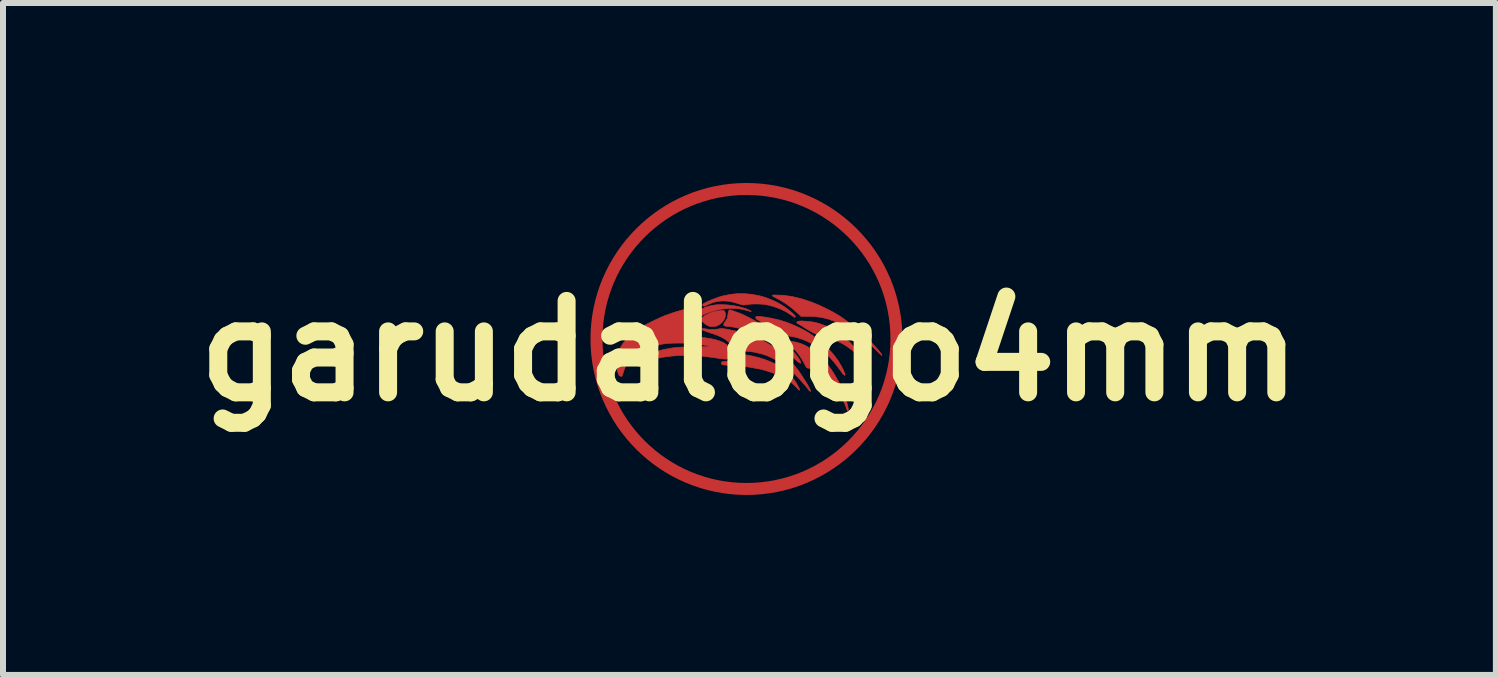
<source format=kicad_pcb>
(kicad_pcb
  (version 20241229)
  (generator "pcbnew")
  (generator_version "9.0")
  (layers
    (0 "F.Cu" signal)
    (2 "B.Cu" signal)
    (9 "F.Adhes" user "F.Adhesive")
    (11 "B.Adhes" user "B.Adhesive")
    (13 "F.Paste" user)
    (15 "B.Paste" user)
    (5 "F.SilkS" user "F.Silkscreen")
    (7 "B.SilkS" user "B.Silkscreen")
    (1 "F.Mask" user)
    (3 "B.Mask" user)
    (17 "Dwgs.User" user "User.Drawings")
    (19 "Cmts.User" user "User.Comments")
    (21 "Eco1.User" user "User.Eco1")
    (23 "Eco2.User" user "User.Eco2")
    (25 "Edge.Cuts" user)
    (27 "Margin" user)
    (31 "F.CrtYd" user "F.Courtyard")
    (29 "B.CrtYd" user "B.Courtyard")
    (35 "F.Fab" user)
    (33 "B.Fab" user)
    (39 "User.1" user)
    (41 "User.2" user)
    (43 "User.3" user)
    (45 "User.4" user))
  (footprint "garudalogo4mm"
    (layer "F.Cu")
    (at 9.442 2.8)
    (property "Reference" "garudalogo4mm" (at 0 0 0) (layer "F.SilkS") (effects (font (size 1.524 1.524) (thickness 0.3))))
    (attr through_hole)
    (fp_circle (center -0.05 -0.2) (end 2.45 -0.2) (stroke (width 0.2) (type solid)) (fill no) (layer "F.Cu"))
    (fp_poly (pts (xy -0.429 -0.673) (xy -0.421 -0.671) (xy -0.415 -0.661) (xy -0.407 -0.645) (xy -0.405 -0.638) (xy -0.4 -0.603) (xy -0.405 -0.566) (xy -0.421 -0.528) (xy -0.445 -0.491) (xy -0.477 -0.458) (xy -0.515 -0.431) (xy -0.532 -0.422) (xy -0.551 -0.415) (xy -0.578 -0.411) (xy -0.609 -0.408) (xy -0.638 -0.408) (xy -0.662 -0.41) (xy -0.665 -0.411) (xy -0.698 -0.424) (xy -0.733 -0.446) (xy -0.767 -0.473) (xy -0.795 -0.503) (xy -0.804 -0.516) (xy -0.816 -0.534) (xy -0.784 -0.562) (xy -0.751 -0.586) (xy -0.709 -0.61) (xy -0.663 -0.632) (xy -0.615 -0.649) (xy -0.6 -0.653) (xy -0.571 -0.66) (xy -0.538 -0.666) (xy -0.505 -0.67) (xy -0.474 -0.673) (xy -0.448 -0.674) (xy -0.429 -0.673)) (stroke (width 0.01) (type solid)) (fill yes) (layer "F.Cu"))
    (fp_poly (pts (xy -0.43 -0.771) (xy -0.372 -0.768) (xy -0.315 -0.762) (xy -0.262 -0.755) (xy -0.216 -0.746) (xy -0.193 -0.741) (xy -0.174 -0.737) (xy -0.165 -0.735) (xy -0.152 -0.731) (xy -0.132 -0.726) (xy -0.124 -0.724) (xy -0.106 -0.718) (xy -0.092 -0.715) (xy -0.089 -0.715) (xy -0.079 -0.712) (xy -0.063 -0.706) (xy -0.054 -0.702) (xy -0.015 -0.685) (xy 0.012 -0.672) (xy 0.026 -0.663) (xy 0.029 -0.658) (xy 0.029 -0.657) (xy 0.018 -0.656) (xy 0.016 -0.657) (xy 0.006 -0.661) (xy -0.011 -0.667) (xy -0.033 -0.673) (xy -0.034 -0.673) (xy -0.104 -0.691) (xy -0.171 -0.703) (xy -0.237 -0.709) (xy -0.306 -0.71) (xy -0.379 -0.706) (xy -0.46 -0.698) (xy -0.478 -0.695) (xy -0.496 -0.692) (xy -0.523 -0.686) (xy -0.555 -0.678) (xy -0.588 -0.67) (xy -0.618 -0.662) (xy -0.641 -0.655) (xy -0.645 -0.654) (xy -0.67 -0.645) (xy -0.7 -0.633) (xy -0.734 -0.619) (xy -0.768 -0.603) (xy -0.8 -0.588) (xy -0.828 -0.574) (xy -0.85 -0.563) (xy -0.861 -0.555) (xy -0.877 -0.546) (xy -0.894 -0.542) (xy -0.907 -0.545) (xy -0.91 -0.547) (xy -0.913 -0.559) (xy -0.909 -0.578) (xy -0.901 -0.598) (xy -0.892 -0.614) (xy -0.877 -0.634) (xy -0.862 -0.651) (xy -0.85 -0.663) (xy -0.843 -0.667) (xy -0.834 -0.671) (xy -0.829 -0.676) (xy -0.818 -0.686) (xy -0.802 -0.695) (xy -0.801 -0.696) (xy -0.768 -0.713) (xy -0.744 -0.725) (xy -0.729 -0.731) (xy -0.722 -0.733) (xy -0.71 -0.737) (xy -0.691 -0.742) (xy -0.683 -0.745) (xy -0.658 -0.752) (xy -0.631 -0.758) (xy -0.623 -0.759) (xy -0.6 -0.763) (xy -0.578 -0.766) (xy -0.572 -0.767) (xy -0.533 -0.771) (xy -0.484 -0.772) (xy -0.43 -0.771)) (stroke (width 0.01) (type solid)) (fill yes) (layer "F.Cu"))
    (fp_poly (pts (xy 0.895 -0.499) (xy 0.935 -0.496) (xy 0.936 -0.496) (xy 0.988 -0.491) (xy 1.031 -0.486) (xy 1.068 -0.481) (xy 1.102 -0.474) (xy 1.137 -0.465) (xy 1.176 -0.453) (xy 1.187 -0.449) (xy 1.272 -0.418) (xy 1.358 -0.377) (xy 1.44 -0.329) (xy 1.498 -0.29) (xy 1.517 -0.275) (xy 1.542 -0.256) (xy 1.569 -0.233) (xy 1.597 -0.21) (xy 1.624 -0.188) (xy 1.648 -0.168) (xy 1.665 -0.152) (xy 1.676 -0.142) (xy 1.676 -0.142) (xy 1.684 -0.133) (xy 1.698 -0.117) (xy 1.717 -0.096) (xy 1.739 -0.071) (xy 1.745 -0.064) (xy 1.771 -0.034) (xy 1.798 -0.002) (xy 1.823 0.029) (xy 1.842 0.054) (xy 1.863 0.082) (xy 1.887 0.116) (xy 1.911 0.148) (xy 1.92 0.161) (xy 1.943 0.194) (xy 1.957 0.218) (xy 1.962 0.233) (xy 1.958 0.241) (xy 1.953 0.241) (xy 1.943 0.237) (xy 1.932 0.227) (xy 1.92 0.212) (xy 1.907 0.194) (xy 1.905 0.191) (xy 1.876 0.152) (xy 1.839 0.109) (xy 1.798 0.065) (xy 1.754 0.024) (xy 1.713 -0.012) (xy 1.686 -0.032) (xy 1.65 -0.057) (xy 1.623 -0.076) (xy 1.6 -0.091) (xy 1.579 -0.104) (xy 1.558 -0.116) (xy 1.534 -0.129) (xy 1.53 -0.132) (xy 1.502 -0.146) (xy 1.469 -0.161) (xy 1.433 -0.177) (xy 1.397 -0.191) (xy 1.364 -0.204) (xy 1.336 -0.214) (xy 1.318 -0.219) (xy 1.256 -0.232) (xy 1.203 -0.245) (xy 1.156 -0.261) (xy 1.11 -0.28) (xy 1.063 -0.304) (xy 1.038 -0.317) (xy 1.015 -0.33) (xy 0.995 -0.342) (xy 0.982 -0.349) (xy 0.972 -0.354) (xy 0.962 -0.36) (xy 0.952 -0.366) (xy 0.937 -0.376) (xy 0.916 -0.389) (xy 0.889 -0.407) (xy 0.863 -0.423) (xy 0.838 -0.438) (xy 0.818 -0.45) (xy 0.811 -0.453) (xy 0.792 -0.465) (xy 0.787 -0.476) (xy 0.794 -0.486) (xy 0.813 -0.494) (xy 0.82 -0.496) (xy 0.84 -0.499) (xy 0.864 -0.5) (xy 0.895 -0.499)) (stroke (width 0.01) (type solid)) (fill yes) (layer "F.Cu"))
    (fp_poly (pts (xy -0.135 0.048) (xy -0.117 0.053) (xy -0.092 0.059) (xy -0.065 0.064) (xy -0.065 0.064) (xy 0.05 0.085) (xy 0.155 0.111) (xy 0.252 0.141) (xy 0.345 0.177) (xy 0.405 0.204) (xy 0.434 0.218) (xy 0.457 0.229) (xy 0.477 0.24) (xy 0.498 0.253) (xy 0.523 0.269) (xy 0.552 0.288) (xy 0.59 0.316) (xy 0.631 0.353) (xy 0.673 0.396) (xy 0.714 0.443) (xy 0.751 0.489) (xy 0.765 0.51) (xy 0.776 0.527) (xy 0.784 0.539) (xy 0.786 0.543) (xy 0.789 0.55) (xy 0.797 0.564) (xy 0.808 0.585) (xy 0.814 0.596) (xy 0.828 0.623) (xy 0.836 0.64) (xy 0.837 0.65) (xy 0.833 0.654) (xy 0.83 0.654) (xy 0.824 0.65) (xy 0.812 0.638) (xy 0.795 0.621) (xy 0.782 0.607) (xy 0.75 0.575) (xy 0.716 0.543) (xy 0.682 0.515) (xy 0.651 0.49) (xy 0.625 0.473) (xy 0.615 0.468) (xy 0.604 0.462) (xy 0.587 0.453) (xy 0.577 0.447) (xy 0.537 0.426) (xy 0.488 0.404) (xy 0.432 0.382) (xy 0.373 0.36) (xy 0.312 0.34) (xy 0.253 0.322) (xy 0.198 0.307) (xy 0.154 0.298) (xy 0.133 0.294) (xy 0.104 0.289) (xy 0.074 0.283) (xy 0.069 0.282) (xy 0.007 0.271) (xy -0.044 0.263) (xy -0.087 0.257) (xy -0.109 0.254) (xy -0.138 0.251) (xy -0.168 0.247) (xy -0.17 0.247) (xy -0.194 0.245) (xy -0.228 0.242) (xy -0.267 0.24) (xy -0.307 0.238) (xy -0.325 0.238) (xy -0.369 0.236) (xy -0.402 0.235) (xy -0.426 0.233) (xy -0.443 0.23) (xy -0.453 0.227) (xy -0.46 0.223) (xy -0.464 0.217) (xy -0.466 0.213) (xy -0.47 0.2) (xy -0.468 0.19) (xy -0.459 0.183) (xy -0.442 0.178) (xy -0.415 0.174) (xy -0.378 0.17) (xy -0.354 0.169) (xy -0.335 0.168) (xy -0.321 0.167) (xy -0.309 0.163) (xy -0.298 0.157) (xy -0.286 0.147) (xy -0.27 0.13) (xy -0.25 0.107) (xy -0.224 0.077) (xy -0.202 0.055) (xy -0.182 0.043) (xy -0.161 0.042) (xy -0.135 0.048)) (stroke (width 0.01) (type solid)) (fill yes) (layer "F.Cu"))
    (fp_poly (pts (xy 0.658 -0.169) (xy 0.682 -0.165) (xy 0.707 -0.161) (xy 0.708 -0.161) (xy 0.732 -0.156) (xy 0.764 -0.149) (xy 0.799 -0.14) (xy 0.834 -0.13) (xy 0.852 -0.125) (xy 0.885 -0.112) (xy 0.926 -0.093) (xy 0.97 -0.07) (xy 1.013 -0.044) (xy 1.054 -0.018) (xy 1.072 -0.005) (xy 1.147 0.056) (xy 1.221 0.13) (xy 1.293 0.213) (xy 1.362 0.307) (xy 1.422 0.4) (xy 1.437 0.427) (xy 1.451 0.45) (xy 1.46 0.467) (xy 1.463 0.475) (xy 1.469 0.486) (xy 1.474 0.489) (xy 1.479 0.494) (xy 1.48 0.495) (xy 1.482 0.503) (xy 1.489 0.52) (xy 1.499 0.543) (xy 1.506 0.557) (xy 1.52 0.588) (xy 1.531 0.611) (xy 1.54 0.633) (xy 1.551 0.658) (xy 1.562 0.681) (xy 1.574 0.712) (xy 1.588 0.748) (xy 1.601 0.788) (xy 1.613 0.829) (xy 1.625 0.87) (xy 1.635 0.907) (xy 1.642 0.94) (xy 1.647 0.966) (xy 1.648 0.983) (xy 1.647 0.987) (xy 1.641 0.996) (xy 1.633 0.993) (xy 1.624 0.976) (xy 1.623 0.974) (xy 1.616 0.958) (xy 1.613 0.948) (xy 1.613 0.946) (xy 1.61 0.939) (xy 1.604 0.923) (xy 1.595 0.9) (xy 1.583 0.873) (xy 1.571 0.845) (xy 1.559 0.818) (xy 1.548 0.794) (xy 1.548 0.794) (xy 1.54 0.777) (xy 1.528 0.755) (xy 1.514 0.73) (xy 1.501 0.705) (xy 1.488 0.684) (xy 1.479 0.668) (xy 1.474 0.66) (xy 1.474 0.66) (xy 1.468 0.653) (xy 1.464 0.647) (xy 1.433 0.601) (xy 1.395 0.553) (xy 1.352 0.505) (xy 1.306 0.459) (xy 1.26 0.418) (xy 1.217 0.386) (xy 1.211 0.382) (xy 1.162 0.353) (xy 1.115 0.329) (xy 1.067 0.31) (xy 1.013 0.294) (xy 0.962 0.282) (xy 0.951 0.274) (xy 0.938 0.254) (xy 0.927 0.234) (xy 0.883 0.151) (xy 0.833 0.074) (xy 0.775 -0.000059) (xy 0.706 -0.074) (xy 0.697 -0.083) (xy 0.667 -0.113) (xy 0.646 -0.137) (xy 0.633 -0.153) (xy 0.629 -0.164) (xy 0.633 -0.169) (xy 0.644 -0.17) (xy 0.658 -0.169)) (stroke (width 0.01) (type solid)) (fill yes) (layer "F.Cu"))
    (fp_poly (pts (xy 0.167 -0.576) (xy 0.194 -0.573) (xy 0.224 -0.569) (xy 0.235 -0.568) (xy 0.256 -0.565) (xy 0.287 -0.56) (xy 0.323 -0.553) (xy 0.363 -0.546) (xy 0.403 -0.537) (xy 0.439 -0.53) (xy 0.469 -0.523) (xy 0.489 -0.518) (xy 0.512 -0.511) (xy 0.539 -0.503) (xy 0.556 -0.498) (xy 0.618 -0.478) (xy 0.688 -0.451) (xy 0.761 -0.42) (xy 0.834 -0.386) (xy 0.903 -0.351) (xy 0.965 -0.316) (xy 0.984 -0.304) (xy 1.071 -0.246) (xy 1.155 -0.182) (xy 1.235 -0.114) (xy 1.309 -0.043) (xy 1.376 0.029) (xy 1.432 0.099) (xy 1.445 0.117) (xy 1.459 0.138) (xy 1.472 0.154) (xy 1.479 0.163) (xy 1.481 0.164) (xy 1.486 0.171) (xy 1.486 0.172) (xy 1.489 0.18) (xy 1.498 0.196) (xy 1.509 0.214) (xy 1.524 0.24) (xy 1.54 0.269) (xy 1.556 0.301) (xy 1.571 0.331) (xy 1.583 0.358) (xy 1.591 0.379) (xy 1.594 0.391) (xy 1.591 0.404) (xy 1.583 0.405) (xy 1.57 0.395) (xy 1.552 0.375) (xy 1.546 0.367) (xy 1.53 0.345) (xy 1.51 0.317) (xy 1.487 0.287) (xy 1.47 0.263) (xy 1.453 0.24) (xy 1.431 0.214) (xy 1.408 0.185) (xy 1.383 0.156) (xy 1.358 0.127) (xy 1.335 0.102) (xy 1.315 0.081) (xy 1.3 0.065) (xy 1.291 0.058) (xy 1.29 0.057) (xy 1.283 0.053) (xy 1.271 0.042) (xy 1.257 0.03) (xy 1.236 0.011) (xy 1.21 -0.01) (xy 1.194 -0.022) (xy 1.175 -0.036) (xy 1.16 -0.047) (xy 1.153 -0.053) (xy 1.128 -0.07) (xy 1.095 -0.09) (xy 1.055 -0.113) (xy 1.012 -0.136) (xy 0.967 -0.158) (xy 0.925 -0.177) (xy 0.889 -0.192) (xy 0.802 -0.22) (xy 0.715 -0.241) (xy 0.63 -0.253) (xy 0.568 -0.255) (xy 0.533 -0.259) (xy 0.504 -0.271) (xy 0.476 -0.294) (xy 0.454 -0.313) (xy 0.423 -0.337) (xy 0.385 -0.365) (xy 0.343 -0.393) (xy 0.299 -0.421) (xy 0.267 -0.441) (xy 0.238 -0.458) (xy 0.212 -0.474) (xy 0.191 -0.487) (xy 0.177 -0.496) (xy 0.176 -0.496) (xy 0.163 -0.504) (xy 0.153 -0.508) (xy 0.153 -0.508) (xy 0.144 -0.512) (xy 0.138 -0.516) (xy 0.125 -0.526) (xy 0.117 -0.531) (xy 0.107 -0.542) (xy 0.103 -0.554) (xy 0.105 -0.567) (xy 0.116 -0.575) (xy 0.138 -0.578) (xy 0.167 -0.576)) (stroke (width 0.01) (type solid)) (fill yes) (layer "F.Cu"))
    (fp_poly (pts (xy -0.071 -0.955) (xy 0.054 -0.942) (xy 0.18 -0.917) (xy 0.256 -0.895) (xy 0.279 -0.888) (xy 0.297 -0.881) (xy 0.307 -0.877) (xy 0.307 -0.877) (xy 0.316 -0.872) (xy 0.333 -0.865) (xy 0.345 -0.861) (xy 0.38 -0.847) (xy 0.418 -0.83) (xy 0.455 -0.812) (xy 0.486 -0.796) (xy 0.495 -0.79) (xy 0.511 -0.78) (xy 0.523 -0.773) (xy 0.526 -0.772) (xy 0.533 -0.768) (xy 0.548 -0.759) (xy 0.567 -0.747) (xy 0.587 -0.733) (xy 0.606 -0.72) (xy 0.621 -0.71) (xy 0.628 -0.704) (xy 0.637 -0.696) (xy 0.653 -0.683) (xy 0.673 -0.667) (xy 0.679 -0.662) (xy 0.707 -0.639) (xy 0.731 -0.617) (xy 0.75 -0.597) (xy 0.762 -0.581) (xy 0.766 -0.571) (xy 0.766 -0.57) (xy 0.761 -0.563) (xy 0.751 -0.563) (xy 0.736 -0.57) (xy 0.717 -0.584) (xy 0.696 -0.599) (xy 0.677 -0.611) (xy 0.665 -0.617) (xy 0.652 -0.624) (xy 0.647 -0.63) (xy 0.647 -0.63) (xy 0.641 -0.635) (xy 0.627 -0.644) (xy 0.605 -0.655) (xy 0.58 -0.668) (xy 0.552 -0.682) (xy 0.524 -0.695) (xy 0.5 -0.706) (xy 0.48 -0.713) (xy 0.479 -0.714) (xy 0.458 -0.721) (xy 0.44 -0.728) (xy 0.434 -0.73) (xy 0.419 -0.735) (xy 0.394 -0.743) (xy 0.362 -0.752) (xy 0.325 -0.762) (xy 0.323 -0.762) (xy 0.278 -0.772) (xy 0.224 -0.779) (xy 0.164 -0.783) (xy 0.103 -0.784) (xy 0.042 -0.782) (xy -0.013 -0.778) (xy -0.036 -0.775) (xy -0.06 -0.771) (xy -0.081 -0.768) (xy -0.093 -0.766) (xy -0.106 -0.767) (xy -0.125 -0.771) (xy -0.144 -0.776) (xy -0.169 -0.784) (xy -0.2 -0.793) (xy -0.231 -0.802) (xy -0.236 -0.803) (xy -0.261 -0.81) (xy -0.283 -0.816) (xy -0.297 -0.82) (xy -0.299 -0.821) (xy -0.309 -0.823) (xy -0.329 -0.826) (xy -0.355 -0.829) (xy -0.372 -0.831) (xy -0.451 -0.834) (xy -0.525 -0.828) (xy -0.594 -0.813) (xy -0.656 -0.79) (xy -0.659 -0.788) (xy -0.677 -0.78) (xy -0.689 -0.775) (xy -0.692 -0.775) (xy -0.701 -0.771) (xy -0.716 -0.763) (xy -0.722 -0.759) (xy -0.743 -0.749) (xy -0.761 -0.748) (xy -0.775 -0.754) (xy -0.781 -0.767) (xy -0.78 -0.774) (xy -0.773 -0.783) (xy -0.756 -0.794) (xy -0.73 -0.808) (xy -0.698 -0.824) (xy -0.66 -0.841) (xy -0.618 -0.858) (xy -0.575 -0.875) (xy -0.531 -0.891) (xy -0.49 -0.905) (xy -0.451 -0.916) (xy -0.442 -0.918) (xy -0.32 -0.943) (xy -0.196 -0.956) (xy -0.071 -0.955)) (stroke (width 0.01) (type solid)) (fill yes) (layer "F.Cu"))
    (fp_poly (pts (xy -0.325 -0.685) (xy -0.308 -0.68) (xy -0.288 -0.674) (xy -0.269 -0.667) (xy -0.254 -0.662) (xy -0.251 -0.661) (xy -0.237 -0.655) (xy -0.218 -0.649) (xy -0.21 -0.646) (xy -0.164 -0.629) (xy -0.111 -0.607) (xy -0.053 -0.58) (xy 0.007 -0.55) (xy 0.066 -0.518) (xy 0.122 -0.487) (xy 0.172 -0.456) (xy 0.188 -0.446) (xy 0.204 -0.435) (xy 0.216 -0.428) (xy 0.219 -0.426) (xy 0.226 -0.423) (xy 0.241 -0.413) (xy 0.261 -0.4) (xy 0.284 -0.383) (xy 0.308 -0.366) (xy 0.33 -0.35) (xy 0.348 -0.336) (xy 0.36 -0.327) (xy 0.362 -0.325) (xy 0.374 -0.315) (xy 0.39 -0.302) (xy 0.393 -0.299) (xy 0.429 -0.27) (xy 0.469 -0.236) (xy 0.512 -0.198) (xy 0.557 -0.158) (xy 0.602 -0.116) (xy 0.645 -0.075) (xy 0.686 -0.035) (xy 0.722 0.002) (xy 0.752 0.034) (xy 0.775 0.061) (xy 0.786 0.074) (xy 0.799 0.093) (xy 0.81 0.108) (xy 0.816 0.116) (xy 0.822 0.125) (xy 0.832 0.142) (xy 0.841 0.159) (xy 0.853 0.184) (xy 0.856 0.199) (xy 0.851 0.205) (xy 0.837 0.2) (xy 0.816 0.186) (xy 0.812 0.183) (xy 0.796 0.169) (xy 0.773 0.149) (xy 0.746 0.126) (xy 0.717 0.1) (xy 0.688 0.073) (xy 0.661 0.047) (xy 0.637 0.024) (xy 0.619 0.006) (xy 0.608 -0.005) (xy 0.608 -0.005) (xy 0.597 -0.016) (xy 0.579 -0.032) (xy 0.556 -0.05) (xy 0.53 -0.07) (xy 0.503 -0.091) (xy 0.477 -0.109) (xy 0.455 -0.125) (xy 0.438 -0.136) (xy 0.428 -0.14) (xy 0.428 -0.14) (xy 0.419 -0.145) (xy 0.41 -0.153) (xy 0.399 -0.163) (xy 0.392 -0.166) (xy 0.384 -0.169) (xy 0.37 -0.178) (xy 0.359 -0.185) (xy 0.343 -0.195) (xy 0.332 -0.2) (xy 0.329 -0.2) (xy 0.323 -0.202) (xy 0.318 -0.207) (xy 0.308 -0.215) (xy 0.302 -0.217) (xy 0.293 -0.219) (xy 0.277 -0.227) (xy 0.26 -0.235) (xy 0.238 -0.246) (xy 0.209 -0.259) (xy 0.179 -0.272) (xy 0.168 -0.277) (xy 0.142 -0.287) (xy 0.119 -0.297) (xy 0.103 -0.303) (xy 0.098 -0.305) (xy 0.085 -0.31) (xy 0.063 -0.317) (xy 0.034 -0.326) (xy 0.003 -0.335) (xy -0.027 -0.344) (xy -0.054 -0.351) (xy -0.064 -0.353) (xy -0.106 -0.363) (xy -0.14 -0.371) (xy -0.168 -0.378) (xy -0.195 -0.383) (xy -0.224 -0.389) (xy -0.258 -0.396) (xy -0.286 -0.401) (xy -0.31 -0.404) (xy -0.337 -0.406) (xy -0.35 -0.407) (xy -0.378 -0.409) (xy -0.402 -0.415) (xy -0.421 -0.423) (xy -0.431 -0.432) (xy -0.432 -0.436) (xy -0.429 -0.448) (xy -0.422 -0.464) (xy -0.407 -0.486) (xy -0.393 -0.507) (xy -0.381 -0.525) (xy -0.372 -0.542) (xy -0.366 -0.561) (xy -0.362 -0.587) (xy -0.358 -0.619) (xy -0.354 -0.64) (xy -0.348 -0.661) (xy -0.341 -0.677) (xy -0.335 -0.686) (xy -0.333 -0.686) (xy -0.325 -0.685)) (stroke (width 0.01) (type solid)) (fill yes) (layer "F.Cu"))
    (fp_poly (pts (xy -0.457 -0.375) (xy -0.431 -0.371) (xy -0.395 -0.366) (xy -0.353 -0.358) (xy -0.305 -0.348) (xy -0.26 -0.339) (xy -0.224 -0.332) (xy -0.196 -0.325) (xy -0.173 -0.32) (xy -0.151 -0.314) (xy -0.129 -0.307) (xy -0.103 -0.3) (xy -0.086 -0.294) (xy -0.041 -0.28) (xy -0.007 -0.269) (xy 0.02 -0.259) (xy 0.042 -0.251) (xy 0.062 -0.243) (xy 0.067 -0.241) (xy 0.087 -0.233) (xy 0.105 -0.225) (xy 0.111 -0.223) (xy 0.144 -0.209) (xy 0.178 -0.194) (xy 0.21 -0.179) (xy 0.236 -0.166) (xy 0.248 -0.16) (xy 0.288 -0.137) (xy 0.331 -0.111) (xy 0.374 -0.085) (xy 0.412 -0.06) (xy 0.444 -0.039) (xy 0.449 -0.036) (xy 0.489 -0.007) (xy 0.521 0.018) (xy 0.55 0.041) (xy 0.577 0.065) (xy 0.607 0.093) (xy 0.636 0.121) (xy 0.671 0.157) (xy 0.702 0.189) (xy 0.731 0.222) (xy 0.762 0.258) (xy 0.792 0.295) (xy 0.804 0.311) (xy 0.82 0.333) (xy 0.839 0.361) (xy 0.861 0.393) (xy 0.883 0.427) (xy 0.905 0.462) (xy 0.927 0.495) (xy 0.946 0.525) (xy 0.961 0.55) (xy 0.972 0.569) (xy 0.978 0.58) (xy 0.978 0.581) (xy 0.981 0.587) (xy 0.988 0.601) (xy 0.996 0.615) (xy 1.007 0.635) (xy 1.016 0.652) (xy 1.019 0.659) (xy 1.02 0.671) (xy 1.014 0.673) (xy 1.004 0.668) (xy 0.991 0.656) (xy 0.984 0.646) (xy 0.955 0.607) (xy 0.932 0.578) (xy 0.917 0.562) (xy 0.908 0.552) (xy 0.893 0.535) (xy 0.874 0.513) (xy 0.853 0.489) (xy 0.853 0.489) (xy 0.817 0.449) (xy 0.774 0.405) (xy 0.729 0.361) (xy 0.683 0.319) (xy 0.642 0.284) (xy 0.626 0.272) (xy 0.593 0.247) (xy 0.569 0.228) (xy 0.552 0.216) (xy 0.541 0.208) (xy 0.535 0.204) (xy 0.531 0.203) (xy 0.523 0.2) (xy 0.51 0.191) (xy 0.506 0.188) (xy 0.49 0.177) (xy 0.466 0.163) (xy 0.436 0.147) (xy 0.404 0.13) (xy 0.37 0.114) (xy 0.337 0.098) (xy 0.308 0.085) (xy 0.285 0.075) (xy 0.27 0.07) (xy 0.266 0.07) (xy 0.254 0.066) (xy 0.25 0.064) (xy 0.241 0.06) (xy 0.222 0.054) (xy 0.195 0.047) (xy 0.163 0.039) (xy 0.129 0.031) (xy 0.095 0.023) (xy 0.063 0.017) (xy 0.054 0.016) (xy 0.027 0.012) (xy -0.009 0.009) (xy -0.05 0.006) (xy -0.091 0.003) (xy -0.105 0.003) (xy -0.206 -0.001) (xy -0.251 -0.05) (xy -0.294 -0.096) (xy -0.332 -0.135) (xy -0.369 -0.167) (xy -0.405 -0.195) (xy -0.444 -0.218) (xy -0.487 -0.24) (xy -0.536 -0.261) (xy -0.594 -0.282) (xy -0.645 -0.299) (xy -0.692 -0.315) (xy -0.728 -0.327) (xy -0.755 -0.338) (xy -0.774 -0.346) (xy -0.786 -0.353) (xy -0.792 -0.359) (xy -0.794 -0.365) (xy -0.794 -0.366) (xy -0.792 -0.371) (xy -0.784 -0.374) (xy -0.77 -0.374) (xy -0.747 -0.371) (xy -0.714 -0.366) (xy -0.708 -0.365) (xy -0.646 -0.358) (xy -0.58 -0.359) (xy -0.518 -0.367) (xy -0.511 -0.368) (xy -0.492 -0.372) (xy -0.477 -0.375) (xy -0.473 -0.375) (xy -0.457 -0.375)) (stroke (width 0.01) (type solid)) (fill yes) (layer "F.Cu"))
    (fp_poly (pts (xy 0.463 -0.932) (xy 0.478 -0.931) (xy 0.513 -0.93) (xy 0.545 -0.929) (xy 0.572 -0.927) (xy 0.589 -0.926) (xy 0.593 -0.925) (xy 0.615 -0.921) (xy 0.643 -0.917) (xy 0.672 -0.913) (xy 0.691 -0.911) (xy 0.704 -0.909) (xy 0.726 -0.904) (xy 0.754 -0.898) (xy 0.775 -0.893) (xy 0.814 -0.883) (xy 0.844 -0.876) (xy 0.865 -0.87) (xy 0.879 -0.866) (xy 0.89 -0.863) (xy 0.898 -0.861) (xy 0.905 -0.858) (xy 0.918 -0.853) (xy 0.938 -0.847) (xy 0.956 -0.841) (xy 1.02 -0.82) (xy 1.091 -0.792) (xy 1.165 -0.761) (xy 1.24 -0.726) (xy 1.276 -0.709) (xy 1.346 -0.673) (xy 1.407 -0.64) (xy 1.46 -0.609) (xy 1.509 -0.579) (xy 1.555 -0.548) (xy 1.601 -0.514) (xy 1.62 -0.5) (xy 1.636 -0.488) (xy 1.649 -0.479) (xy 1.654 -0.476) (xy 1.66 -0.473) (xy 1.674 -0.462) (xy 1.694 -0.447) (xy 1.718 -0.429) (xy 1.744 -0.409) (xy 1.769 -0.389) (xy 1.792 -0.371) (xy 1.81 -0.356) (xy 1.822 -0.345) (xy 1.841 -0.328) (xy 1.859 -0.311) (xy 1.864 -0.308) (xy 1.902 -0.272) (xy 1.947 -0.229) (xy 1.994 -0.181) (xy 2.043 -0.131) (xy 2.09 -0.08) (xy 2.13 -0.036) (xy 2.145 -0.019) (xy 2.162 0.002) (xy 2.179 0.024) (xy 2.193 0.043) (xy 2.199 0.053) (xy 2.208 0.069) (xy 2.209 0.075) (xy 2.202 0.072) (xy 2.187 0.06) (xy 2.165 0.039) (xy 2.146 0.02) (xy 2.124 -0.002) (xy 2.098 -0.028) (xy 2.068 -0.056) (xy 2.037 -0.085) (xy 2.007 -0.113) (xy 1.977 -0.139) (xy 1.952 -0.162) (xy 1.931 -0.18) (xy 1.916 -0.192) (xy 1.909 -0.196) (xy 1.898 -0.203) (xy 1.895 -0.206) (xy 1.884 -0.217) (xy 1.865 -0.233) (xy 1.838 -0.253) (xy 1.808 -0.275) (xy 1.774 -0.299) (xy 1.74 -0.323) (xy 1.708 -0.345) (xy 1.679 -0.363) (xy 1.657 -0.377) (xy 1.622 -0.397) (xy 1.582 -0.418) (xy 1.541 -0.439) (xy 1.503 -0.458) (xy 1.469 -0.473) (xy 1.442 -0.484) (xy 1.438 -0.486) (xy 1.419 -0.493) (xy 1.405 -0.5) (xy 1.4 -0.503) (xy 1.39 -0.507) (xy 1.381 -0.508) (xy 1.365 -0.512) (xy 1.356 -0.517) (xy 1.339 -0.525) (xy 1.327 -0.528) (xy 1.313 -0.532) (xy 1.292 -0.537) (xy 1.267 -0.544) (xy 1.264 -0.545) (xy 1.181 -0.562) (xy 1.089 -0.573) (xy 0.985 -0.578) (xy 0.967 -0.578) (xy 0.857 -0.578) (xy 0.833 -0.602) (xy 0.816 -0.618) (xy 0.794 -0.638) (xy 0.771 -0.658) (xy 0.771 -0.658) (xy 0.749 -0.677) (xy 0.728 -0.696) (xy 0.712 -0.71) (xy 0.711 -0.711) (xy 0.697 -0.722) (xy 0.675 -0.738) (xy 0.65 -0.757) (xy 0.623 -0.776) (xy 0.598 -0.794) (xy 0.578 -0.807) (xy 0.573 -0.81) (xy 0.561 -0.817) (xy 0.544 -0.828) (xy 0.534 -0.834) (xy 0.514 -0.846) (xy 0.488 -0.86) (xy 0.461 -0.874) (xy 0.458 -0.876) (xy 0.426 -0.892) (xy 0.404 -0.904) (xy 0.39 -0.913) (xy 0.383 -0.92) (xy 0.381 -0.926) (xy 0.383 -0.929) (xy 0.391 -0.931) (xy 0.406 -0.933) (xy 0.429 -0.933) (xy 0.463 -0.932)) (stroke (width 0.01) (type solid)) (fill yes) (layer "F.Cu"))
    (fp_poly (pts (xy -0.858 -0.742) (xy -0.854 -0.737) (xy -0.853 -0.729) (xy -0.858 -0.711) (xy -0.87 -0.685) (xy -0.891 -0.653) (xy -0.917 -0.618) (xy -0.945 -0.584) (xy -0.985 -0.536) (xy -1.015 -0.495) (xy -1.037 -0.459) (xy -1.05 -0.427) (xy -1.056 -0.397) (xy -1.054 -0.369) (xy -1.046 -0.34) (xy -1.043 -0.333) (xy -1.025 -0.306) (xy -1 -0.283) (xy -0.964 -0.264) (xy -0.918 -0.25) (xy -0.861 -0.239) (xy -0.856 -0.238) (xy -0.835 -0.235) (xy -0.809 -0.231) (xy -0.793 -0.228) (xy -0.765 -0.224) (xy -0.733 -0.219) (xy -0.71 -0.215) (xy -0.624 -0.201) (xy -0.549 -0.183) (xy -0.485 -0.162) (xy -0.431 -0.138) (xy -0.386 -0.109) (xy -0.349 -0.075) (xy -0.323 -0.043) (xy -0.31 -0.022) (xy -0.303 -0.004) (xy -0.301 0.016) (xy -0.301 0.028) (xy -0.303 0.063) (xy -0.313 0.089) (xy -0.33 0.109) (xy -0.354 0.123) (xy -0.368 0.129) (xy -0.38 0.133) (xy -0.393 0.135) (xy -0.409 0.135) (xy -0.433 0.133) (xy -0.459 0.13) (xy -0.49 0.126) (xy -0.517 0.123) (xy -0.538 0.12) (xy -0.548 0.118) (xy -0.562 0.115) (xy -0.584 0.112) (xy -0.61 0.108) (xy -0.618 0.107) (xy -0.645 0.104) (xy -0.669 0.101) (xy -0.685 0.099) (xy -0.688 0.098) (xy -0.804 0.084) (xy -0.925 0.075) (xy -1.046 0.072) (xy -1.164 0.075) (xy -1.276 0.083) (xy -1.307 0.086) (xy -1.362 0.093) (xy -1.408 0.099) (xy -1.448 0.105) (xy -1.485 0.112) (xy -1.522 0.12) (xy -1.564 0.129) (xy -1.612 0.141) (xy -1.626 0.144) (xy -1.666 0.153) (xy -1.694 0.157) (xy -1.712 0.156) (xy -1.719 0.15) (xy -1.717 0.139) (xy -1.706 0.122) (xy -1.698 0.113) (xy -1.657 0.074) (xy -1.61 0.042) (xy -1.561 0.019) (xy -1.536 0.009) (xy -1.515 0.000351) (xy -1.5 -0.006) (xy -1.498 -0.007) (xy -1.491 -0.009) (xy -1.484 -0.011) (xy -1.474 -0.014) (xy -1.459 -0.017) (xy -1.438 -0.022) (xy -1.407 -0.028) (xy -1.374 -0.034) (xy -1.336 -0.042) (xy -1.3 -0.048) (xy -1.265 -0.053) (xy -1.229 -0.057) (xy -1.191 -0.06) (xy -1.148 -0.063) (xy -1.099 -0.065) (xy -1.042 -0.066) (xy -0.975 -0.067) (xy -0.911 -0.068) (xy -0.856 -0.069) (xy -0.805 -0.07) (xy -0.759 -0.071) (xy -0.721 -0.072) (xy -0.69 -0.072) (xy -0.669 -0.073) (xy -0.659 -0.074) (xy -0.658 -0.074) (xy -0.668 -0.078) (xy -0.688 -0.084) (xy -0.718 -0.09) (xy -0.755 -0.097) (xy -0.797 -0.103) (xy -0.843 -0.11) (xy -0.891 -0.117) (xy -0.94 -0.122) (xy -0.951 -0.124) (xy -0.994 -0.127) (xy -1.046 -0.129) (xy -1.104 -0.131) (xy -1.164 -0.132) (xy -1.225 -0.131) (xy -1.283 -0.13) (xy -1.334 -0.128) (xy -1.377 -0.124) (xy -1.383 -0.124) (xy -1.495 -0.108) (xy -1.597 -0.086) (xy -1.689 -0.058) (xy -1.772 -0.024) (xy -1.846 0.017) (xy -1.913 0.065) (xy -1.951 0.098) (xy -2.002 0.153) (xy -2.044 0.215) (xy -2.079 0.285) (xy -2.106 0.364) (xy -2.115 0.4) (xy -2.122 0.416) (xy -2.132 0.424) (xy -2.136 0.425) (xy -2.143 0.422) (xy -2.155 0.417) (xy -2.168 0.41) (xy -2.175 0.403) (xy -2.18 0.394) (xy -2.187 0.376) (xy -2.194 0.355) (xy -2.2 0.334) (xy -2.203 0.321) (xy -2.215 0.235) (xy -2.215 0.155) (xy -2.204 0.079) (xy -2.181 0.005) (xy -2.145 -0.068) (xy -2.108 -0.127) (xy -2.094 -0.144) (xy -2.074 -0.166) (xy -2.051 -0.192) (xy -2.025 -0.218) (xy -1.999 -0.245) (xy -1.974 -0.27) (xy -1.951 -0.291) (xy -1.932 -0.307) (xy -1.92 -0.316) (xy -1.916 -0.318) (xy -1.907 -0.322) (xy -1.896 -0.332) (xy -1.894 -0.333) (xy -1.883 -0.344) (xy -1.874 -0.349) (xy -1.874 -0.349) (xy -1.865 -0.353) (xy -1.852 -0.362) (xy -1.844 -0.368) (xy -1.829 -0.379) (xy -1.818 -0.386) (xy -1.816 -0.387) (xy -1.809 -0.391) (xy -1.795 -0.399) (xy -1.775 -0.411) (xy -1.769 -0.415) (xy -1.747 -0.428) (xy -1.717 -0.445) (xy -1.682 -0.463) (xy -1.641 -0.483) (xy -1.599 -0.504) (xy -1.555 -0.525) (xy -1.512 -0.545) (xy -1.472 -0.563) (xy -1.436 -0.579) (xy -1.406 -0.591) (xy -1.383 -0.6) (xy -1.37 -0.603) (xy -1.369 -0.603) (xy -1.36 -0.606) (xy -1.345 -0.612) (xy -1.344 -0.613) (xy -1.327 -0.62) (xy -1.313 -0.624) (xy -1.297 -0.628) (xy -1.291 -0.631) (xy -1.276 -0.636) (xy -1.253 -0.644) (xy -1.226 -0.653) (xy -1.199 -0.661) (xy -1.175 -0.668) (xy -1.159 -0.673) (xy -1.139 -0.678) (xy -1.114 -0.685) (xy -1.101 -0.689) (xy -1.036 -0.708) (xy -0.983 -0.722) (xy -0.941 -0.733) (xy -0.908 -0.739) (xy -0.89 -0.741) (xy -0.869 -0.743) (xy -0.858 -0.742)) (stroke (width 0.01) (type solid)) (fill yes) (layer "F.Cu"))
    (fp_circle (center -0.05 -0.2) (end 2.45 -0.2) (stroke (width 0.2) (type solid)) (fill no) (layer "F.Mask"))
    (fp_poly (pts (xy -0.429 -0.668) (xy -0.421 -0.666) (xy -0.415 -0.656) (xy -0.407 -0.64) (xy -0.405 -0.633) (xy -0.4 -0.598) (xy -0.405 -0.561) (xy -0.421 -0.523) (xy -0.445 -0.487) (xy -0.477 -0.453) (xy -0.515 -0.426) (xy -0.532 -0.417) (xy -0.551 -0.41) (xy -0.578 -0.406) (xy -0.609 -0.403) (xy -0.638 -0.403) (xy -0.662 -0.405) (xy -0.665 -0.406) (xy -0.698 -0.419) (xy -0.733 -0.441) (xy -0.767 -0.468) (xy -0.795 -0.498) (xy -0.804 -0.511) (xy -0.816 -0.529) (xy -0.784 -0.557) (xy -0.751 -0.581) (xy -0.709 -0.605) (xy -0.663 -0.627) (xy -0.615 -0.644) (xy -0.6 -0.648) (xy -0.571 -0.655) (xy -0.538 -0.661) (xy -0.505 -0.665) (xy -0.474 -0.668) (xy -0.448 -0.669) (xy -0.429 -0.668)) (stroke (width 0.01) (type solid)) (fill yes) (layer "F.Mask"))
    (fp_poly (pts (xy -0.426 -0.771) (xy -0.369 -0.768) (xy -0.312 -0.762) (xy -0.258 -0.755) (xy -0.212 -0.746) (xy -0.19 -0.741) (xy -0.171 -0.737) (xy -0.162 -0.735) (xy -0.148 -0.731) (xy -0.129 -0.726) (xy -0.121 -0.724) (xy -0.102 -0.718) (xy -0.089 -0.715) (xy -0.085 -0.715) (xy -0.076 -0.712) (xy -0.059 -0.706) (xy -0.05 -0.702) (xy -0.012 -0.685) (xy 0.015 -0.672) (xy 0.03 -0.663) (xy 0.032 -0.658) (xy 0.032 -0.657) (xy 0.021 -0.656) (xy 0.019 -0.657) (xy 0.01 -0.661) (xy -0.008 -0.667) (xy -0.03 -0.673) (xy -0.03 -0.673) (xy -0.101 -0.691) (xy -0.168 -0.703) (xy -0.234 -0.709) (xy -0.302 -0.71) (xy -0.375 -0.706) (xy -0.457 -0.698) (xy -0.474 -0.695) (xy -0.493 -0.692) (xy -0.52 -0.686) (xy -0.552 -0.678) (xy -0.584 -0.67) (xy -0.614 -0.662) (xy -0.638 -0.655) (xy -0.641 -0.654) (xy -0.666 -0.645) (xy -0.697 -0.633) (xy -0.73 -0.619) (xy -0.765 -0.603) (xy -0.797 -0.588) (xy -0.825 -0.574) (xy -0.846 -0.563) (xy -0.857 -0.555) (xy -0.873 -0.546) (xy -0.891 -0.542) (xy -0.904 -0.545) (xy -0.906 -0.547) (xy -0.909 -0.559) (xy -0.906 -0.578) (xy -0.898 -0.598) (xy -0.889 -0.614) (xy -0.873 -0.634) (xy -0.858 -0.651) (xy -0.846 -0.663) (xy -0.839 -0.667) (xy -0.831 -0.671) (xy -0.826 -0.676) (xy -0.815 -0.686) (xy -0.799 -0.695) (xy -0.798 -0.696) (xy -0.765 -0.713) (xy -0.741 -0.725) (xy -0.725 -0.731) (xy -0.718 -0.733) (xy -0.706 -0.737) (xy -0.688 -0.742) (xy -0.679 -0.745) (xy -0.655 -0.752) (xy -0.627 -0.758) (xy -0.619 -0.759) (xy -0.596 -0.763) (xy -0.575 -0.766) (xy -0.568 -0.767) (xy -0.529 -0.771) (xy -0.481 -0.772) (xy -0.426 -0.771)) (stroke (width 0.01) (type solid)) (fill yes) (layer "F.Mask"))
    (fp_poly (pts (xy 0.895 -0.499) (xy 0.935 -0.496) (xy 0.937 -0.496) (xy 0.989 -0.491) (xy 1.031 -0.486) (xy 1.068 -0.481) (xy 1.102 -0.474) (xy 1.137 -0.465) (xy 1.177 -0.453) (xy 1.187 -0.449) (xy 1.272 -0.418) (xy 1.358 -0.377) (xy 1.441 -0.329) (xy 1.498 -0.29) (xy 1.518 -0.275) (xy 1.542 -0.256) (xy 1.57 -0.233) (xy 1.598 -0.21) (xy 1.625 -0.188) (xy 1.648 -0.168) (xy 1.666 -0.152) (xy 1.676 -0.142) (xy 1.676 -0.142) (xy 1.684 -0.133) (xy 1.698 -0.117) (xy 1.717 -0.096) (xy 1.739 -0.071) (xy 1.745 -0.064) (xy 1.771 -0.034) (xy 1.798 -0.002) (xy 1.823 0.029) (xy 1.842 0.054) (xy 1.863 0.082) (xy 1.888 0.116) (xy 1.911 0.148) (xy 1.921 0.161) (xy 1.943 0.194) (xy 1.957 0.218) (xy 1.962 0.233) (xy 1.958 0.241) (xy 1.954 0.241) (xy 1.944 0.237) (xy 1.933 0.227) (xy 1.92 0.212) (xy 1.907 0.194) (xy 1.905 0.191) (xy 1.876 0.152) (xy 1.839 0.109) (xy 1.798 0.065) (xy 1.755 0.024) (xy 1.713 -0.012) (xy 1.686 -0.032) (xy 1.651 -0.057) (xy 1.623 -0.076) (xy 1.6 -0.091) (xy 1.58 -0.104) (xy 1.559 -0.116) (xy 1.535 -0.129) (xy 1.53 -0.132) (xy 1.503 -0.146) (xy 1.47 -0.161) (xy 1.433 -0.177) (xy 1.397 -0.191) (xy 1.364 -0.204) (xy 1.337 -0.214) (xy 1.318 -0.219) (xy 1.256 -0.232) (xy 1.203 -0.245) (xy 1.156 -0.261) (xy 1.11 -0.28) (xy 1.063 -0.304) (xy 1.038 -0.317) (xy 1.016 -0.33) (xy 0.995 -0.342) (xy 0.982 -0.349) (xy 0.972 -0.354) (xy 0.963 -0.36) (xy 0.952 -0.366) (xy 0.937 -0.376) (xy 0.917 -0.389) (xy 0.889 -0.407) (xy 0.863 -0.423) (xy 0.838 -0.438) (xy 0.818 -0.45) (xy 0.811 -0.453) (xy 0.793 -0.465) (xy 0.787 -0.476) (xy 0.794 -0.486) (xy 0.813 -0.494) (xy 0.821 -0.496) (xy 0.841 -0.499) (xy 0.864 -0.5) (xy 0.895 -0.499)) (stroke (width 0.01) (type solid)) (fill yes) (layer "F.Mask"))
    (fp_poly (pts (xy -0.134 0.048) (xy -0.116 0.053) (xy -0.091 0.059) (xy -0.064 0.064) (xy -0.064 0.064) (xy 0.051 0.085) (xy 0.156 0.111) (xy 0.254 0.141) (xy 0.346 0.177) (xy 0.406 0.204) (xy 0.435 0.218) (xy 0.458 0.229) (xy 0.479 0.24) (xy 0.499 0.253) (xy 0.524 0.269) (xy 0.553 0.288) (xy 0.591 0.316) (xy 0.632 0.353) (xy 0.675 0.396) (xy 0.716 0.443) (xy 0.752 0.489) (xy 0.766 0.51) (xy 0.778 0.527) (xy 0.785 0.539) (xy 0.787 0.543) (xy 0.79 0.55) (xy 0.798 0.564) (xy 0.809 0.585) (xy 0.815 0.596) (xy 0.829 0.623) (xy 0.837 0.64) (xy 0.839 0.65) (xy 0.835 0.654) (xy 0.832 0.654) (xy 0.826 0.65) (xy 0.813 0.638) (xy 0.796 0.621) (xy 0.783 0.607) (xy 0.752 0.575) (xy 0.718 0.543) (xy 0.684 0.515) (xy 0.653 0.49) (xy 0.626 0.473) (xy 0.616 0.468) (xy 0.605 0.462) (xy 0.588 0.453) (xy 0.578 0.447) (xy 0.538 0.426) (xy 0.489 0.404) (xy 0.434 0.382) (xy 0.374 0.36) (xy 0.313 0.34) (xy 0.254 0.322) (xy 0.2 0.307) (xy 0.156 0.298) (xy 0.134 0.294) (xy 0.105 0.289) (xy 0.075 0.283) (xy 0.07 0.282) (xy 0.009 0.271) (xy -0.043 0.263) (xy -0.086 0.257) (xy -0.108 0.254) (xy -0.137 0.251) (xy -0.167 0.247) (xy -0.168 0.247) (xy -0.193 0.245) (xy -0.226 0.242) (xy -0.265 0.24) (xy -0.306 0.238) (xy -0.324 0.238) (xy -0.368 0.236) (xy -0.401 0.235) (xy -0.425 0.233) (xy -0.441 0.23) (xy -0.452 0.227) (xy -0.459 0.223) (xy -0.463 0.217) (xy -0.465 0.213) (xy -0.469 0.2) (xy -0.467 0.19) (xy -0.458 0.183) (xy -0.441 0.178) (xy -0.414 0.174) (xy -0.376 0.17) (xy -0.353 0.169) (xy -0.334 0.168) (xy -0.32 0.167) (xy -0.308 0.163) (xy -0.297 0.157) (xy -0.284 0.147) (xy -0.269 0.13) (xy -0.249 0.107) (xy -0.222 0.077) (xy -0.201 0.055) (xy -0.181 0.043) (xy -0.16 0.042) (xy -0.134 0.048)) (stroke (width 0.01) (type solid)) (fill yes) (layer "F.Mask"))
    (fp_poly (pts (xy 0.658 -0.169) (xy 0.682 -0.165) (xy 0.707 -0.161) (xy 0.708 -0.161) (xy 0.732 -0.156) (xy 0.764 -0.149) (xy 0.799 -0.14) (xy 0.834 -0.13) (xy 0.852 -0.125) (xy 0.885 -0.112) (xy 0.926 -0.093) (xy 0.97 -0.07) (xy 1.013 -0.044) (xy 1.054 -0.018) (xy 1.072 -0.005) (xy 1.147 0.056) (xy 1.221 0.13) (xy 1.293 0.213) (xy 1.362 0.307) (xy 1.422 0.4) (xy 1.437 0.427) (xy 1.451 0.45) (xy 1.46 0.467) (xy 1.463 0.475) (xy 1.469 0.486) (xy 1.474 0.489) (xy 1.479 0.494) (xy 1.48 0.495) (xy 1.482 0.503) (xy 1.489 0.52) (xy 1.499 0.543) (xy 1.506 0.557) (xy 1.52 0.588) (xy 1.531 0.611) (xy 1.54 0.633) (xy 1.551 0.658) (xy 1.562 0.681) (xy 1.574 0.712) (xy 1.588 0.748) (xy 1.601 0.788) (xy 1.613 0.829) (xy 1.625 0.87) (xy 1.635 0.907) (xy 1.642 0.94) (xy 1.647 0.966) (xy 1.648 0.983) (xy 1.647 0.987) (xy 1.641 0.996) (xy 1.633 0.993) (xy 1.624 0.976) (xy 1.623 0.974) (xy 1.616 0.958) (xy 1.613 0.948) (xy 1.613 0.946) (xy 1.61 0.939) (xy 1.604 0.923) (xy 1.595 0.9) (xy 1.583 0.873) (xy 1.571 0.845) (xy 1.559 0.818) (xy 1.548 0.794) (xy 1.548 0.794) (xy 1.54 0.777) (xy 1.528 0.755) (xy 1.514 0.73) (xy 1.501 0.705) (xy 1.488 0.684) (xy 1.479 0.668) (xy 1.474 0.66) (xy 1.474 0.66) (xy 1.468 0.653) (xy 1.464 0.647) (xy 1.433 0.601) (xy 1.395 0.553) (xy 1.352 0.505) (xy 1.306 0.459) (xy 1.26 0.418) (xy 1.217 0.386) (xy 1.211 0.382) (xy 1.162 0.353) (xy 1.115 0.329) (xy 1.067 0.31) (xy 1.013 0.294) (xy 0.962 0.282) (xy 0.951 0.274) (xy 0.938 0.254) (xy 0.927 0.234) (xy 0.883 0.151) (xy 0.833 0.074) (xy 0.775 -0.000059) (xy 0.706 -0.074) (xy 0.697 -0.083) (xy 0.667 -0.113) (xy 0.646 -0.137) (xy 0.633 -0.153) (xy 0.629 -0.164) (xy 0.633 -0.169) (xy 0.644 -0.17) (xy 0.658 -0.169)) (stroke (width 0.01) (type solid)) (fill yes) (layer "F.Mask"))
    (fp_poly (pts (xy 0.167 -0.576) (xy 0.194 -0.573) (xy 0.224 -0.569) (xy 0.235 -0.568) (xy 0.256 -0.565) (xy 0.287 -0.56) (xy 0.323 -0.553) (xy 0.363 -0.546) (xy 0.403 -0.537) (xy 0.439 -0.53) (xy 0.469 -0.523) (xy 0.489 -0.518) (xy 0.512 -0.511) (xy 0.539 -0.503) (xy 0.556 -0.498) (xy 0.618 -0.478) (xy 0.688 -0.451) (xy 0.761 -0.42) (xy 0.834 -0.386) (xy 0.903 -0.351) (xy 0.965 -0.316) (xy 0.984 -0.304) (xy 1.071 -0.246) (xy 1.155 -0.182) (xy 1.235 -0.114) (xy 1.309 -0.043) (xy 1.376 0.029) (xy 1.432 0.099) (xy 1.445 0.117) (xy 1.459 0.138) (xy 1.472 0.154) (xy 1.479 0.163) (xy 1.481 0.164) (xy 1.486 0.171) (xy 1.486 0.172) (xy 1.489 0.18) (xy 1.498 0.196) (xy 1.509 0.214) (xy 1.524 0.24) (xy 1.54 0.269) (xy 1.556 0.301) (xy 1.571 0.331) (xy 1.583 0.358) (xy 1.591 0.379) (xy 1.594 0.391) (xy 1.591 0.404) (xy 1.583 0.405) (xy 1.57 0.395) (xy 1.552 0.375) (xy 1.546 0.367) (xy 1.53 0.345) (xy 1.51 0.317) (xy 1.487 0.287) (xy 1.47 0.263) (xy 1.453 0.24) (xy 1.431 0.214) (xy 1.408 0.185) (xy 1.383 0.156) (xy 1.358 0.127) (xy 1.335 0.102) (xy 1.315 0.081) (xy 1.3 0.065) (xy 1.291 0.058) (xy 1.29 0.057) (xy 1.283 0.053) (xy 1.271 0.042) (xy 1.257 0.03) (xy 1.236 0.011) (xy 1.21 -0.01) (xy 1.194 -0.022) (xy 1.175 -0.036) (xy 1.16 -0.047) (xy 1.153 -0.053) (xy 1.128 -0.07) (xy 1.095 -0.09) (xy 1.055 -0.113) (xy 1.012 -0.136) (xy 0.967 -0.158) (xy 0.925 -0.177) (xy 0.889 -0.192) (xy 0.802 -0.22) (xy 0.715 -0.241) (xy 0.63 -0.253) (xy 0.568 -0.255) (xy 0.533 -0.259) (xy 0.504 -0.271) (xy 0.476 -0.294) (xy 0.454 -0.313) (xy 0.423 -0.337) (xy 0.385 -0.365) (xy 0.343 -0.393) (xy 0.299 -0.421) (xy 0.267 -0.441) (xy 0.238 -0.458) (xy 0.212 -0.474) (xy 0.191 -0.487) (xy 0.177 -0.496) (xy 0.176 -0.496) (xy 0.163 -0.504) (xy 0.153 -0.508) (xy 0.153 -0.508) (xy 0.144 -0.512) (xy 0.138 -0.516) (xy 0.125 -0.526) (xy 0.117 -0.531) (xy 0.107 -0.542) (xy 0.103 -0.554) (xy 0.105 -0.567) (xy 0.116 -0.575) (xy 0.138 -0.578) (xy 0.167 -0.576)) (stroke (width 0.01) (type solid)) (fill yes) (layer "F.Mask"))
    (fp_poly (pts (xy -0.07 -0.955) (xy 0.055 -0.942) (xy 0.181 -0.917) (xy 0.257 -0.895) (xy 0.28 -0.888) (xy 0.298 -0.881) (xy 0.308 -0.877) (xy 0.308 -0.877) (xy 0.317 -0.872) (xy 0.334 -0.865) (xy 0.346 -0.861) (xy 0.381 -0.847) (xy 0.419 -0.83) (xy 0.456 -0.812) (xy 0.486 -0.796) (xy 0.496 -0.79) (xy 0.512 -0.78) (xy 0.524 -0.773) (xy 0.527 -0.772) (xy 0.534 -0.768) (xy 0.549 -0.759) (xy 0.568 -0.747) (xy 0.588 -0.733) (xy 0.607 -0.72) (xy 0.622 -0.71) (xy 0.629 -0.704) (xy 0.638 -0.696) (xy 0.654 -0.683) (xy 0.674 -0.667) (xy 0.68 -0.662) (xy 0.708 -0.639) (xy 0.732 -0.617) (xy 0.751 -0.597) (xy 0.763 -0.581) (xy 0.767 -0.571) (xy 0.767 -0.57) (xy 0.762 -0.563) (xy 0.752 -0.563) (xy 0.737 -0.57) (xy 0.718 -0.584) (xy 0.697 -0.599) (xy 0.678 -0.611) (xy 0.666 -0.617) (xy 0.653 -0.624) (xy 0.648 -0.63) (xy 0.648 -0.63) (xy 0.642 -0.635) (xy 0.628 -0.644) (xy 0.606 -0.655) (xy 0.581 -0.668) (xy 0.553 -0.682) (xy 0.525 -0.695) (xy 0.501 -0.706) (xy 0.481 -0.713) (xy 0.479 -0.714) (xy 0.459 -0.721) (xy 0.441 -0.728) (xy 0.435 -0.73) (xy 0.42 -0.735) (xy 0.395 -0.743) (xy 0.363 -0.752) (xy 0.326 -0.762) (xy 0.324 -0.762) (xy 0.279 -0.772) (xy 0.225 -0.779) (xy 0.165 -0.783) (xy 0.103 -0.784) (xy 0.043 -0.782) (xy -0.012 -0.778) (xy -0.035 -0.775) (xy -0.059 -0.771) (xy -0.08 -0.768) (xy -0.092 -0.766) (xy -0.105 -0.767) (xy -0.125 -0.771) (xy -0.143 -0.776) (xy -0.168 -0.784) (xy -0.199 -0.793) (xy -0.23 -0.802) (xy -0.235 -0.803) (xy -0.26 -0.81) (xy -0.282 -0.816) (xy -0.296 -0.82) (xy -0.298 -0.821) (xy -0.309 -0.823) (xy -0.328 -0.826) (xy -0.354 -0.829) (xy -0.371 -0.831) (xy -0.45 -0.834) (xy -0.525 -0.828) (xy -0.594 -0.813) (xy -0.655 -0.79) (xy -0.659 -0.788) (xy -0.676 -0.78) (xy -0.688 -0.775) (xy -0.692 -0.775) (xy -0.7 -0.771) (xy -0.715 -0.763) (xy -0.721 -0.759) (xy -0.742 -0.749) (xy -0.76 -0.748) (xy -0.774 -0.754) (xy -0.78 -0.767) (xy -0.779 -0.774) (xy -0.773 -0.783) (xy -0.755 -0.794) (xy -0.73 -0.808) (xy -0.697 -0.824) (xy -0.659 -0.841) (xy -0.617 -0.858) (xy -0.574 -0.875) (xy -0.531 -0.891) (xy -0.489 -0.905) (xy -0.45 -0.916) (xy -0.441 -0.918) (xy -0.319 -0.943) (xy -0.195 -0.956) (xy -0.07 -0.955)) (stroke (width 0.01) (type solid)) (fill yes) (layer "F.Mask"))
    (fp_poly (pts (xy -0.325 -0.684) (xy -0.308 -0.679) (xy -0.288 -0.673) (xy -0.269 -0.667) (xy -0.254 -0.661) (xy -0.251 -0.66) (xy -0.237 -0.655) (xy -0.218 -0.648) (xy -0.21 -0.645) (xy -0.164 -0.629) (xy -0.111 -0.606) (xy -0.053 -0.579) (xy 0.007 -0.549) (xy 0.066 -0.518) (xy 0.122 -0.486) (xy 0.172 -0.455) (xy 0.188 -0.445) (xy 0.204 -0.434) (xy 0.216 -0.427) (xy 0.219 -0.425) (xy 0.226 -0.422) (xy 0.241 -0.413) (xy 0.261 -0.399) (xy 0.284 -0.383) (xy 0.308 -0.366) (xy 0.33 -0.349) (xy 0.348 -0.336) (xy 0.36 -0.326) (xy 0.362 -0.324) (xy 0.374 -0.314) (xy 0.39 -0.301) (xy 0.393 -0.298) (xy 0.429 -0.27) (xy 0.469 -0.236) (xy 0.512 -0.198) (xy 0.557 -0.157) (xy 0.602 -0.115) (xy 0.645 -0.074) (xy 0.686 -0.034) (xy 0.722 0.003) (xy 0.752 0.035) (xy 0.775 0.061) (xy 0.786 0.075) (xy 0.799 0.094) (xy 0.81 0.109) (xy 0.816 0.116) (xy 0.822 0.126) (xy 0.832 0.142) (xy 0.841 0.16) (xy 0.853 0.185) (xy 0.856 0.2) (xy 0.851 0.205) (xy 0.837 0.201) (xy 0.816 0.186) (xy 0.812 0.183) (xy 0.796 0.17) (xy 0.773 0.15) (xy 0.746 0.126) (xy 0.717 0.1) (xy 0.688 0.073) (xy 0.661 0.048) (xy 0.637 0.025) (xy 0.619 0.007) (xy 0.608 -0.004) (xy 0.608 -0.005) (xy 0.597 -0.015) (xy 0.579 -0.031) (xy 0.556 -0.05) (xy 0.53 -0.07) (xy 0.503 -0.09) (xy 0.477 -0.109) (xy 0.455 -0.124) (xy 0.438 -0.135) (xy 0.428 -0.139) (xy 0.428 -0.139) (xy 0.419 -0.144) (xy 0.41 -0.152) (xy 0.399 -0.162) (xy 0.392 -0.165) (xy 0.384 -0.168) (xy 0.37 -0.177) (xy 0.359 -0.184) (xy 0.343 -0.194) (xy 0.332 -0.199) (xy 0.329 -0.2) (xy 0.323 -0.201) (xy 0.318 -0.206) (xy 0.308 -0.214) (xy 0.302 -0.216) (xy 0.293 -0.219) (xy 0.277 -0.226) (xy 0.26 -0.234) (xy 0.238 -0.245) (xy 0.209 -0.259) (xy 0.179 -0.272) (xy 0.168 -0.276) (xy 0.142 -0.287) (xy 0.119 -0.296) (xy 0.103 -0.303) (xy 0.098 -0.305) (xy 0.085 -0.31) (xy 0.063 -0.317) (xy 0.034 -0.325) (xy 0.003 -0.334) (xy -0.027 -0.343) (xy -0.054 -0.35) (xy -0.064 -0.352) (xy -0.106 -0.363) (xy -0.14 -0.37) (xy -0.168 -0.377) (xy -0.195 -0.383) (xy -0.224 -0.388) (xy -0.258 -0.395) (xy -0.286 -0.4) (xy -0.31 -0.404) (xy -0.337 -0.406) (xy -0.35 -0.406) (xy -0.378 -0.408) (xy -0.402 -0.414) (xy -0.421 -0.422) (xy -0.431 -0.432) (xy -0.432 -0.435) (xy -0.429 -0.447) (xy -0.422 -0.463) (xy -0.407 -0.486) (xy -0.393 -0.506) (xy -0.381 -0.524) (xy -0.372 -0.541) (xy -0.366 -0.561) (xy -0.362 -0.586) (xy -0.358 -0.618) (xy -0.354 -0.639) (xy -0.348 -0.66) (xy -0.341 -0.677) (xy -0.335 -0.685) (xy -0.333 -0.686) (xy -0.325 -0.684)) (stroke (width 0.01) (type solid)) (fill yes) (layer "F.Mask"))
    (fp_poly (pts (xy -0.457 -0.375) (xy -0.431 -0.371) (xy -0.395 -0.366) (xy -0.353 -0.358) (xy -0.305 -0.348) (xy -0.26 -0.339) (xy -0.224 -0.332) (xy -0.196 -0.325) (xy -0.173 -0.32) (xy -0.151 -0.314) (xy -0.129 -0.307) (xy -0.103 -0.3) (xy -0.086 -0.294) (xy -0.041 -0.28) (xy -0.007 -0.269) (xy 0.02 -0.259) (xy 0.042 -0.251) (xy 0.062 -0.243) (xy 0.067 -0.241) (xy 0.087 -0.233) (xy 0.105 -0.225) (xy 0.111 -0.223) (xy 0.144 -0.209) (xy 0.178 -0.194) (xy 0.21 -0.179) (xy 0.236 -0.166) (xy 0.248 -0.16) (xy 0.288 -0.137) (xy 0.331 -0.111) (xy 0.374 -0.085) (xy 0.412 -0.06) (xy 0.444 -0.039) (xy 0.449 -0.036) (xy 0.489 -0.007) (xy 0.521 0.018) (xy 0.55 0.041) (xy 0.577 0.065) (xy 0.607 0.093) (xy 0.636 0.121) (xy 0.671 0.157) (xy 0.702 0.189) (xy 0.731 0.222) (xy 0.762 0.258) (xy 0.793 0.295) (xy 0.804 0.311) (xy 0.82 0.333) (xy 0.839 0.361) (xy 0.861 0.393) (xy 0.883 0.427) (xy 0.905 0.462) (xy 0.927 0.495) (xy 0.946 0.525) (xy 0.961 0.55) (xy 0.972 0.569) (xy 0.978 0.58) (xy 0.978 0.581) (xy 0.981 0.587) (xy 0.989 0.601) (xy 0.996 0.615) (xy 1.007 0.635) (xy 1.016 0.652) (xy 1.019 0.659) (xy 1.02 0.671) (xy 1.014 0.673) (xy 1.004 0.668) (xy 0.991 0.656) (xy 0.984 0.646) (xy 0.955 0.607) (xy 0.932 0.578) (xy 0.917 0.562) (xy 0.908 0.552) (xy 0.893 0.535) (xy 0.874 0.513) (xy 0.853 0.489) (xy 0.853 0.489) (xy 0.817 0.449) (xy 0.774 0.405) (xy 0.729 0.361) (xy 0.683 0.319) (xy 0.642 0.284) (xy 0.626 0.272) (xy 0.594 0.247) (xy 0.569 0.228) (xy 0.553 0.216) (xy 0.541 0.208) (xy 0.535 0.204) (xy 0.531 0.203) (xy 0.523 0.2) (xy 0.51 0.191) (xy 0.506 0.188) (xy 0.49 0.177) (xy 0.466 0.163) (xy 0.436 0.147) (xy 0.404 0.13) (xy 0.37 0.114) (xy 0.337 0.098) (xy 0.308 0.085) (xy 0.285 0.075) (xy 0.27 0.07) (xy 0.266 0.07) (xy 0.254 0.066) (xy 0.251 0.064) (xy 0.241 0.06) (xy 0.222 0.054) (xy 0.195 0.047) (xy 0.163 0.039) (xy 0.129 0.031) (xy 0.095 0.023) (xy 0.063 0.017) (xy 0.054 0.016) (xy 0.027 0.012) (xy -0.009 0.009) (xy -0.05 0.006) (xy -0.091 0.003) (xy -0.105 0.003) (xy -0.206 -0.001) (xy -0.251 -0.05) (xy -0.294 -0.096) (xy -0.332 -0.135) (xy -0.369 -0.167) (xy -0.405 -0.195) (xy -0.444 -0.218) (xy -0.487 -0.24) (xy -0.536 -0.261) (xy -0.594 -0.282) (xy -0.645 -0.299) (xy -0.692 -0.315) (xy -0.728 -0.327) (xy -0.755 -0.338) (xy -0.774 -0.346) (xy -0.786 -0.353) (xy -0.792 -0.359) (xy -0.794 -0.365) (xy -0.794 -0.366) (xy -0.792 -0.371) (xy -0.784 -0.374) (xy -0.77 -0.374) (xy -0.747 -0.371) (xy -0.714 -0.366) (xy -0.708 -0.365) (xy -0.646 -0.358) (xy -0.58 -0.359) (xy -0.518 -0.367) (xy -0.511 -0.368) (xy -0.492 -0.372) (xy -0.477 -0.375) (xy -0.473 -0.375) (xy -0.457 -0.375)) (stroke (width 0.01) (type solid)) (fill yes) (layer "F.Mask"))
    (fp_poly (pts (xy 0.463 -0.932) (xy 0.478 -0.931) (xy 0.513 -0.93) (xy 0.545 -0.929) (xy 0.572 -0.927) (xy 0.589 -0.926) (xy 0.593 -0.925) (xy 0.615 -0.921) (xy 0.643 -0.917) (xy 0.672 -0.913) (xy 0.691 -0.911) (xy 0.704 -0.909) (xy 0.726 -0.904) (xy 0.754 -0.898) (xy 0.775 -0.893) (xy 0.814 -0.883) (xy 0.844 -0.876) (xy 0.865 -0.87) (xy 0.879 -0.866) (xy 0.89 -0.863) (xy 0.898 -0.861) (xy 0.905 -0.858) (xy 0.918 -0.853) (xy 0.938 -0.847) (xy 0.956 -0.841) (xy 1.02 -0.82) (xy 1.091 -0.792) (xy 1.165 -0.761) (xy 1.24 -0.726) (xy 1.276 -0.709) (xy 1.346 -0.673) (xy 1.407 -0.64) (xy 1.46 -0.609) (xy 1.509 -0.579) (xy 1.555 -0.548) (xy 1.601 -0.514) (xy 1.62 -0.5) (xy 1.636 -0.488) (xy 1.649 -0.479) (xy 1.654 -0.476) (xy 1.66 -0.473) (xy 1.674 -0.462) (xy 1.694 -0.447) (xy 1.718 -0.429) (xy 1.744 -0.409) (xy 1.769 -0.389) (xy 1.792 -0.371) (xy 1.81 -0.356) (xy 1.822 -0.345) (xy 1.841 -0.328) (xy 1.859 -0.311) (xy 1.864 -0.308) (xy 1.902 -0.272) (xy 1.947 -0.229) (xy 1.994 -0.181) (xy 2.043 -0.131) (xy 2.09 -0.08) (xy 2.13 -0.036) (xy 2.145 -0.019) (xy 2.162 0.002) (xy 2.179 0.024) (xy 2.193 0.043) (xy 2.199 0.053) (xy 2.208 0.069) (xy 2.209 0.075) (xy 2.202 0.072) (xy 2.187 0.06) (xy 2.165 0.039) (xy 2.146 0.02) (xy 2.124 -0.002) (xy 2.098 -0.028) (xy 2.068 -0.056) (xy 2.037 -0.085) (xy 2.007 -0.113) (xy 1.977 -0.139) (xy 1.952 -0.162) (xy 1.931 -0.18) (xy 1.916 -0.192) (xy 1.909 -0.196) (xy 1.898 -0.203) (xy 1.895 -0.206) (xy 1.884 -0.217) (xy 1.865 -0.233) (xy 1.838 -0.253) (xy 1.808 -0.275) (xy 1.774 -0.299) (xy 1.74 -0.323) (xy 1.708 -0.345) (xy 1.679 -0.363) (xy 1.657 -0.377) (xy 1.622 -0.397) (xy 1.582 -0.418) (xy 1.541 -0.439) (xy 1.503 -0.458) (xy 1.469 -0.473) (xy 1.442 -0.484) (xy 1.438 -0.486) (xy 1.419 -0.493) (xy 1.405 -0.5) (xy 1.4 -0.503) (xy 1.39 -0.507) (xy 1.381 -0.508) (xy 1.365 -0.512) (xy 1.356 -0.517) (xy 1.339 -0.525) (xy 1.327 -0.528) (xy 1.313 -0.532) (xy 1.292 -0.537) (xy 1.267 -0.544) (xy 1.264 -0.545) (xy 1.181 -0.562) (xy 1.089 -0.573) (xy 0.985 -0.578) (xy 0.967 -0.578) (xy 0.857 -0.578) (xy 0.833 -0.602) (xy 0.816 -0.618) (xy 0.794 -0.638) (xy 0.771 -0.658) (xy 0.771 -0.658) (xy 0.749 -0.677) (xy 0.728 -0.696) (xy 0.712 -0.71) (xy 0.711 -0.711) (xy 0.697 -0.722) (xy 0.675 -0.738) (xy 0.65 -0.757) (xy 0.623 -0.776) (xy 0.598 -0.794) (xy 0.578 -0.807) (xy 0.573 -0.81) (xy 0.561 -0.817) (xy 0.544 -0.828) (xy 0.534 -0.834) (xy 0.514 -0.846) (xy 0.488 -0.86) (xy 0.461 -0.874) (xy 0.458 -0.876) (xy 0.426 -0.892) (xy 0.404 -0.904) (xy 0.39 -0.913) (xy 0.383 -0.92) (xy 0.381 -0.926) (xy 0.383 -0.929) (xy 0.391 -0.931) (xy 0.406 -0.933) (xy 0.429 -0.933) (xy 0.463 -0.932)) (stroke (width 0.01) (type solid)) (fill yes) (layer "F.Mask"))
    (fp_poly (pts (xy -0.856 -0.742) (xy -0.852 -0.737) (xy -0.851 -0.729) (xy -0.856 -0.711) (xy -0.868 -0.685) (xy -0.889 -0.653) (xy -0.915 -0.618) (xy -0.943 -0.584) (xy -0.983 -0.536) (xy -1.013 -0.495) (xy -1.035 -0.459) (xy -1.048 -0.427) (xy -1.054 -0.397) (xy -1.052 -0.369) (xy -1.044 -0.34) (xy -1.041 -0.333) (xy -1.023 -0.306) (xy -0.997 -0.283) (xy -0.962 -0.264) (xy -0.916 -0.25) (xy -0.859 -0.239) (xy -0.854 -0.238) (xy -0.833 -0.235) (xy -0.807 -0.231) (xy -0.791 -0.228) (xy -0.763 -0.224) (xy -0.731 -0.219) (xy -0.708 -0.215) (xy -0.622 -0.201) (xy -0.547 -0.183) (xy -0.483 -0.162) (xy -0.428 -0.138) (xy -0.383 -0.109) (xy -0.347 -0.075) (xy -0.321 -0.043) (xy -0.308 -0.022) (xy -0.301 -0.004) (xy -0.299 0.016) (xy -0.298 0.028) (xy -0.301 0.063) (xy -0.311 0.089) (xy -0.328 0.109) (xy -0.351 0.123) (xy -0.366 0.129) (xy -0.378 0.133) (xy -0.391 0.135) (xy -0.407 0.135) (xy -0.431 0.133) (xy -0.457 0.13) (xy -0.488 0.126) (xy -0.515 0.123) (xy -0.536 0.12) (xy -0.546 0.118) (xy -0.56 0.115) (xy -0.582 0.112) (xy -0.608 0.108) (xy -0.616 0.107) (xy -0.643 0.104) (xy -0.667 0.101) (xy -0.683 0.099) (xy -0.686 0.098) (xy -0.802 0.084) (xy -0.923 0.075) (xy -1.044 0.072) (xy -1.162 0.075) (xy -1.274 0.083) (xy -1.305 0.086) (xy -1.36 0.093) (xy -1.406 0.099) (xy -1.446 0.105) (xy -1.483 0.112) (xy -1.52 0.12) (xy -1.562 0.129) (xy -1.61 0.141) (xy -1.623 0.144) (xy -1.663 0.153) (xy -1.692 0.157) (xy -1.71 0.156) (xy -1.717 0.15) (xy -1.715 0.139) (xy -1.703 0.122) (xy -1.695 0.113) (xy -1.655 0.074) (xy -1.608 0.042) (xy -1.559 0.019) (xy -1.534 0.009) (xy -1.513 0.000351) (xy -1.498 -0.006) (xy -1.495 -0.007) (xy -1.489 -0.009) (xy -1.482 -0.011) (xy -1.472 -0.014) (xy -1.457 -0.017) (xy -1.436 -0.022) (xy -1.405 -0.028) (xy -1.372 -0.034) (xy -1.334 -0.042) (xy -1.298 -0.048) (xy -1.263 -0.053) (xy -1.227 -0.057) (xy -1.189 -0.06) (xy -1.146 -0.063) (xy -1.097 -0.065) (xy -1.04 -0.066) (xy -0.973 -0.067) (xy -0.909 -0.068) (xy -0.854 -0.069) (xy -0.803 -0.07) (xy -0.757 -0.071) (xy -0.718 -0.072) (xy -0.688 -0.072) (xy -0.667 -0.073) (xy -0.657 -0.074) (xy -0.656 -0.074) (xy -0.666 -0.078) (xy -0.686 -0.084) (xy -0.716 -0.09) (xy -0.753 -0.097) (xy -0.795 -0.103) (xy -0.841 -0.11) (xy -0.889 -0.117) (xy -0.938 -0.122) (xy -0.949 -0.124) (xy -0.992 -0.127) (xy -1.044 -0.129) (xy -1.101 -0.131) (xy -1.162 -0.132) (xy -1.223 -0.131) (xy -1.281 -0.13) (xy -1.332 -0.128) (xy -1.375 -0.124) (xy -1.381 -0.124) (xy -1.493 -0.108) (xy -1.595 -0.086) (xy -1.687 -0.058) (xy -1.769 -0.024) (xy -1.844 0.017) (xy -1.911 0.065) (xy -1.948 0.098) (xy -2 0.153) (xy -2.042 0.215) (xy -2.076 0.285) (xy -2.103 0.364) (xy -2.113 0.4) (xy -2.12 0.416) (xy -2.13 0.424) (xy -2.134 0.425) (xy -2.141 0.422) (xy -2.153 0.417) (xy -2.166 0.41) (xy -2.173 0.403) (xy -2.178 0.394) (xy -2.184 0.376) (xy -2.191 0.355) (xy -2.198 0.334) (xy -2.201 0.321) (xy -2.212 0.235) (xy -2.213 0.155) (xy -2.202 0.079) (xy -2.178 0.005) (xy -2.143 -0.068) (xy -2.105 -0.127) (xy -2.092 -0.144) (xy -2.072 -0.166) (xy -2.049 -0.192) (xy -2.023 -0.218) (xy -1.997 -0.245) (xy -1.972 -0.27) (xy -1.949 -0.291) (xy -1.93 -0.307) (xy -1.918 -0.316) (xy -1.914 -0.318) (xy -1.905 -0.322) (xy -1.894 -0.332) (xy -1.892 -0.333) (xy -1.881 -0.344) (xy -1.872 -0.349) (xy -1.871 -0.349) (xy -1.863 -0.353) (xy -1.85 -0.362) (xy -1.841 -0.368) (xy -1.827 -0.379) (xy -1.816 -0.386) (xy -1.814 -0.387) (xy -1.807 -0.391) (xy -1.793 -0.399) (xy -1.773 -0.411) (xy -1.767 -0.415) (xy -1.745 -0.428) (xy -1.715 -0.445) (xy -1.679 -0.463) (xy -1.639 -0.483) (xy -1.596 -0.504) (xy -1.553 -0.525) (xy -1.51 -0.545) (xy -1.47 -0.563) (xy -1.434 -0.579) (xy -1.403 -0.591) (xy -1.381 -0.6) (xy -1.368 -0.603) (xy -1.367 -0.603) (xy -1.357 -0.606) (xy -1.343 -0.612) (xy -1.342 -0.613) (xy -1.325 -0.62) (xy -1.311 -0.624) (xy -1.295 -0.628) (xy -1.289 -0.631) (xy -1.274 -0.636) (xy -1.251 -0.644) (xy -1.224 -0.653) (xy -1.196 -0.661) (xy -1.173 -0.668) (xy -1.157 -0.673) (xy -1.137 -0.678) (xy -1.112 -0.685) (xy -1.099 -0.689) (xy -1.034 -0.708) (xy -0.981 -0.722) (xy -0.939 -0.733) (xy -0.906 -0.739) (xy -0.887 -0.741) (xy -0.867 -0.743) (xy -0.856 -0.742)) (stroke (width 0.01) (type solid)) (fill yes) (layer "F.Mask"))
    (fp_circle (center -0.05 -0.2) (end 2.45 -0.2) (stroke (width 0.2) (type solid)) (fill no) (layer "F.Paste"))
    (fp_poly (pts (xy -0.429 -0.678) (xy -0.421 -0.675) (xy -0.415 -0.665) (xy -0.407 -0.649) (xy -0.405 -0.642) (xy -0.4 -0.607) (xy -0.405 -0.57) (xy -0.421 -0.532) (xy -0.445 -0.496) (xy -0.477 -0.463) (xy -0.515 -0.435) (xy -0.532 -0.426) (xy -0.551 -0.419) (xy -0.578 -0.415) (xy -0.609 -0.412) (xy -0.638 -0.412) (xy -0.662 -0.414) (xy -0.665 -0.415) (xy -0.698 -0.428) (xy -0.733 -0.45) (xy -0.767 -0.477) (xy -0.795 -0.507) (xy -0.804 -0.52) (xy -0.816 -0.538) (xy -0.784 -0.566) (xy -0.751 -0.59) (xy -0.709 -0.614) (xy -0.663 -0.636) (xy -0.615 -0.653) (xy -0.6 -0.657) (xy -0.571 -0.664) (xy -0.538 -0.67) (xy -0.505 -0.675) (xy -0.474 -0.677) (xy -0.448 -0.679) (xy -0.429 -0.678)) (stroke (width 0.01) (type solid)) (fill yes) (layer "F.Paste"))
    (fp_poly (pts (xy -0.43 -0.771) (xy -0.372 -0.768) (xy -0.315 -0.762) (xy -0.262 -0.755) (xy -0.216 -0.746) (xy -0.193 -0.741) (xy -0.174 -0.737) (xy -0.165 -0.735) (xy -0.152 -0.731) (xy -0.132 -0.726) (xy -0.124 -0.724) (xy -0.106 -0.718) (xy -0.092 -0.715) (xy -0.089 -0.715) (xy -0.079 -0.712) (xy -0.063 -0.706) (xy -0.054 -0.702) (xy -0.015 -0.685) (xy 0.012 -0.672) (xy 0.026 -0.663) (xy 0.029 -0.658) (xy 0.029 -0.657) (xy 0.018 -0.656) (xy 0.016 -0.657) (xy 0.006 -0.661) (xy -0.011 -0.667) (xy -0.033 -0.673) (xy -0.034 -0.673) (xy -0.104 -0.691) (xy -0.171 -0.703) (xy -0.237 -0.709) (xy -0.306 -0.71) (xy -0.379 -0.706) (xy -0.46 -0.698) (xy -0.478 -0.695) (xy -0.496 -0.692) (xy -0.523 -0.686) (xy -0.555 -0.678) (xy -0.588 -0.67) (xy -0.618 -0.662) (xy -0.641 -0.655) (xy -0.645 -0.654) (xy -0.67 -0.645) (xy -0.7 -0.633) (xy -0.734 -0.619) (xy -0.768 -0.603) (xy -0.8 -0.588) (xy -0.828 -0.574) (xy -0.85 -0.563) (xy -0.861 -0.555) (xy -0.877 -0.546) (xy -0.894 -0.542) (xy -0.907 -0.545) (xy -0.91 -0.547) (xy -0.913 -0.559) (xy -0.909 -0.578) (xy -0.901 -0.598) (xy -0.892 -0.614) (xy -0.877 -0.634) (xy -0.862 -0.651) (xy -0.85 -0.663) (xy -0.843 -0.667) (xy -0.834 -0.671) (xy -0.829 -0.676) (xy -0.818 -0.686) (xy -0.802 -0.695) (xy -0.801 -0.696) (xy -0.768 -0.713) (xy -0.744 -0.725) (xy -0.729 -0.731) (xy -0.722 -0.733) (xy -0.71 -0.737) (xy -0.691 -0.742) (xy -0.683 -0.745) (xy -0.658 -0.752) (xy -0.631 -0.758) (xy -0.623 -0.759) (xy -0.6 -0.763) (xy -0.578 -0.766) (xy -0.572 -0.767) (xy -0.533 -0.771) (xy -0.484 -0.772) (xy -0.43 -0.771)) (stroke (width 0.01) (type solid)) (fill yes) (layer "F.Paste"))
    (fp_poly (pts (xy 0.895 -0.499) (xy 0.935 -0.496) (xy 0.936 -0.496) (xy 0.988 -0.491) (xy 1.031 -0.486) (xy 1.068 -0.481) (xy 1.102 -0.474) (xy 1.137 -0.465) (xy 1.176 -0.453) (xy 1.187 -0.449) (xy 1.272 -0.418) (xy 1.358 -0.377) (xy 1.44 -0.329) (xy 1.498 -0.29) (xy 1.517 -0.275) (xy 1.542 -0.256) (xy 1.569 -0.233) (xy 1.597 -0.21) (xy 1.624 -0.188) (xy 1.648 -0.168) (xy 1.665 -0.152) (xy 1.676 -0.142) (xy 1.676 -0.142) (xy 1.684 -0.133) (xy 1.698 -0.117) (xy 1.717 -0.096) (xy 1.739 -0.071) (xy 1.745 -0.064) (xy 1.771 -0.034) (xy 1.798 -0.002) (xy 1.823 0.029) (xy 1.842 0.054) (xy 1.863 0.082) (xy 1.887 0.116) (xy 1.911 0.148) (xy 1.92 0.161) (xy 1.943 0.194) (xy 1.957 0.218) (xy 1.962 0.233) (xy 1.958 0.241) (xy 1.953 0.241) (xy 1.943 0.237) (xy 1.932 0.227) (xy 1.92 0.212) (xy 1.907 0.194) (xy 1.905 0.191) (xy 1.876 0.152) (xy 1.839 0.109) (xy 1.798 0.065) (xy 1.754 0.024) (xy 1.713 -0.012) (xy 1.686 -0.032) (xy 1.65 -0.057) (xy 1.623 -0.076) (xy 1.6 -0.091) (xy 1.579 -0.104) (xy 1.558 -0.116) (xy 1.534 -0.129) (xy 1.53 -0.132) (xy 1.502 -0.146) (xy 1.469 -0.161) (xy 1.433 -0.177) (xy 1.397 -0.191) (xy 1.364 -0.204) (xy 1.336 -0.214) (xy 1.318 -0.219) (xy 1.256 -0.232) (xy 1.203 -0.245) (xy 1.156 -0.261) (xy 1.11 -0.28) (xy 1.063 -0.304) (xy 1.038 -0.317) (xy 1.015 -0.33) (xy 0.995 -0.342) (xy 0.982 -0.349) (xy 0.972 -0.354) (xy 0.962 -0.36) (xy 0.952 -0.366) (xy 0.937 -0.376) (xy 0.916 -0.389) (xy 0.889 -0.407) (xy 0.863 -0.423) (xy 0.838 -0.438) (xy 0.818 -0.45) (xy 0.811 -0.453) (xy 0.792 -0.465) (xy 0.787 -0.476) (xy 0.794 -0.486) (xy 0.813 -0.494) (xy 0.82 -0.496) (xy 0.84 -0.499) (xy 0.864 -0.5) (xy 0.895 -0.499)) (stroke (width 0.01) (type solid)) (fill yes) (layer "F.Paste"))
    (fp_poly (pts (xy -0.135 0.048) (xy -0.117 0.053) (xy -0.092 0.059) (xy -0.065 0.064) (xy -0.065 0.064) (xy 0.05 0.085) (xy 0.155 0.111) (xy 0.253 0.141) (xy 0.345 0.177) (xy 0.405 0.204) (xy 0.434 0.218) (xy 0.457 0.229) (xy 0.477 0.24) (xy 0.498 0.253) (xy 0.523 0.269) (xy 0.552 0.288) (xy 0.59 0.316) (xy 0.631 0.353) (xy 0.674 0.396) (xy 0.714 0.443) (xy 0.751 0.489) (xy 0.765 0.51) (xy 0.776 0.527) (xy 0.784 0.539) (xy 0.786 0.543) (xy 0.789 0.55) (xy 0.797 0.564) (xy 0.808 0.585) (xy 0.814 0.596) (xy 0.828 0.623) (xy 0.836 0.64) (xy 0.837 0.65) (xy 0.834 0.654) (xy 0.83 0.654) (xy 0.824 0.65) (xy 0.812 0.638) (xy 0.795 0.621) (xy 0.782 0.607) (xy 0.75 0.575) (xy 0.716 0.543) (xy 0.683 0.515) (xy 0.651 0.49) (xy 0.625 0.473) (xy 0.615 0.468) (xy 0.604 0.462) (xy 0.587 0.453) (xy 0.577 0.447) (xy 0.537 0.426) (xy 0.488 0.404) (xy 0.432 0.382) (xy 0.373 0.36) (xy 0.312 0.34) (xy 0.253 0.322) (xy 0.199 0.307) (xy 0.154 0.298) (xy 0.133 0.294) (xy 0.104 0.289) (xy 0.074 0.283) (xy 0.069 0.282) (xy 0.007 0.271) (xy -0.044 0.263) (xy -0.087 0.257) (xy -0.109 0.254) (xy -0.138 0.251) (xy -0.168 0.247) (xy -0.17 0.247) (xy -0.194 0.245) (xy -0.228 0.242) (xy -0.266 0.24) (xy -0.307 0.238) (xy -0.325 0.238) (xy -0.369 0.236) (xy -0.402 0.235) (xy -0.426 0.233) (xy -0.443 0.23) (xy -0.453 0.227) (xy -0.46 0.223) (xy -0.464 0.217) (xy -0.466 0.213) (xy -0.47 0.2) (xy -0.468 0.19) (xy -0.459 0.183) (xy -0.442 0.178) (xy -0.415 0.174) (xy -0.378 0.17) (xy -0.354 0.169) (xy -0.335 0.168) (xy -0.321 0.167) (xy -0.309 0.163) (xy -0.298 0.157) (xy -0.286 0.147) (xy -0.27 0.13) (xy -0.25 0.107) (xy -0.223 0.077) (xy -0.202 0.055) (xy -0.182 0.043) (xy -0.161 0.042) (xy -0.135 0.048)) (stroke (width 0.01) (type solid)) (fill yes) (layer "F.Paste"))
    (fp_poly (pts (xy 0.658 -0.169) (xy 0.682 -0.165) (xy 0.707 -0.161) (xy 0.708 -0.161) (xy 0.732 -0.156) (xy 0.764 -0.149) (xy 0.799 -0.14) (xy 0.834 -0.13) (xy 0.852 -0.125) (xy 0.885 -0.112) (xy 0.926 -0.093) (xy 0.97 -0.07) (xy 1.013 -0.044) (xy 1.054 -0.018) (xy 1.072 -0.005) (xy 1.147 0.056) (xy 1.221 0.13) (xy 1.293 0.213) (xy 1.362 0.307) (xy 1.422 0.4) (xy 1.437 0.427) (xy 1.451 0.45) (xy 1.46 0.467) (xy 1.463 0.475) (xy 1.469 0.486) (xy 1.474 0.489) (xy 1.479 0.494) (xy 1.48 0.495) (xy 1.482 0.503) (xy 1.489 0.52) (xy 1.499 0.543) (xy 1.506 0.557) (xy 1.52 0.588) (xy 1.531 0.611) (xy 1.54 0.633) (xy 1.551 0.658) (xy 1.562 0.681) (xy 1.574 0.712) (xy 1.588 0.748) (xy 1.601 0.788) (xy 1.613 0.829) (xy 1.625 0.87) (xy 1.635 0.907) (xy 1.642 0.94) (xy 1.647 0.966) (xy 1.648 0.983) (xy 1.647 0.987) (xy 1.641 0.996) (xy 1.633 0.993) (xy 1.624 0.976) (xy 1.623 0.974) (xy 1.616 0.958) (xy 1.613 0.948) (xy 1.613 0.946) (xy 1.61 0.939) (xy 1.604 0.923) (xy 1.595 0.9) (xy 1.583 0.873) (xy 1.571 0.845) (xy 1.559 0.818) (xy 1.548 0.794) (xy 1.548 0.794) (xy 1.54 0.777) (xy 1.528 0.755) (xy 1.514 0.73) (xy 1.501 0.705) (xy 1.488 0.684) (xy 1.479 0.668) (xy 1.474 0.66) (xy 1.474 0.66) (xy 1.468 0.653) (xy 1.464 0.647) (xy 1.433 0.601) (xy 1.395 0.553) (xy 1.352 0.505) (xy 1.306 0.459) (xy 1.26 0.418) (xy 1.217 0.386) (xy 1.211 0.382) (xy 1.162 0.353) (xy 1.115 0.329) (xy 1.067 0.31) (xy 1.013 0.294) (xy 0.962 0.282) (xy 0.951 0.274) (xy 0.938 0.254) (xy 0.927 0.234) (xy 0.883 0.151) (xy 0.833 0.074) (xy 0.775 -0.000059) (xy 0.706 -0.074) (xy 0.697 -0.083) (xy 0.667 -0.113) (xy 0.646 -0.137) (xy 0.633 -0.153) (xy 0.629 -0.164) (xy 0.633 -0.169) (xy 0.644 -0.17) (xy 0.658 -0.169)) (stroke (width 0.01) (type solid)) (fill yes) (layer "F.Paste"))
    (fp_poly (pts (xy 0.167 -0.58) (xy 0.194 -0.577) (xy 0.224 -0.574) (xy 0.235 -0.572) (xy 0.256 -0.569) (xy 0.287 -0.564) (xy 0.323 -0.557) (xy 0.363 -0.55) (xy 0.403 -0.542) (xy 0.439 -0.534) (xy 0.469 -0.527) (xy 0.489 -0.522) (xy 0.512 -0.515) (xy 0.539 -0.507) (xy 0.556 -0.502) (xy 0.618 -0.482) (xy 0.688 -0.455) (xy 0.761 -0.424) (xy 0.834 -0.391) (xy 0.903 -0.355) (xy 0.965 -0.32) (xy 0.984 -0.308) (xy 1.071 -0.25) (xy 1.155 -0.186) (xy 1.235 -0.118) (xy 1.309 -0.047) (xy 1.376 0.024) (xy 1.432 0.095) (xy 1.445 0.113) (xy 1.459 0.134) (xy 1.472 0.15) (xy 1.479 0.159) (xy 1.481 0.16) (xy 1.486 0.167) (xy 1.486 0.168) (xy 1.489 0.176) (xy 1.498 0.192) (xy 1.509 0.21) (xy 1.524 0.236) (xy 1.54 0.265) (xy 1.556 0.296) (xy 1.571 0.327) (xy 1.583 0.354) (xy 1.591 0.375) (xy 1.594 0.387) (xy 1.591 0.4) (xy 1.583 0.401) (xy 1.57 0.391) (xy 1.552 0.37) (xy 1.546 0.363) (xy 1.53 0.341) (xy 1.51 0.313) (xy 1.487 0.283) (xy 1.47 0.258) (xy 1.453 0.236) (xy 1.431 0.209) (xy 1.408 0.181) (xy 1.383 0.151) (xy 1.358 0.123) (xy 1.335 0.098) (xy 1.315 0.076) (xy 1.3 0.061) (xy 1.291 0.054) (xy 1.29 0.053) (xy 1.283 0.049) (xy 1.271 0.038) (xy 1.257 0.026) (xy 1.236 0.006) (xy 1.21 -0.014) (xy 1.194 -0.027) (xy 1.175 -0.04) (xy 1.16 -0.051) (xy 1.153 -0.057) (xy 1.128 -0.074) (xy 1.095 -0.095) (xy 1.055 -0.117) (xy 1.012 -0.14) (xy 0.967 -0.162) (xy 0.925 -0.181) (xy 0.889 -0.196) (xy 0.802 -0.224) (xy 0.715 -0.245) (xy 0.63 -0.257) (xy 0.568 -0.26) (xy 0.533 -0.263) (xy 0.504 -0.275) (xy 0.476 -0.298) (xy 0.454 -0.317) (xy 0.423 -0.342) (xy 0.385 -0.369) (xy 0.343 -0.397) (xy 0.299 -0.426) (xy 0.267 -0.445) (xy 0.238 -0.462) (xy 0.212 -0.478) (xy 0.191 -0.491) (xy 0.177 -0.5) (xy 0.176 -0.5) (xy 0.163 -0.509) (xy 0.153 -0.512) (xy 0.153 -0.512) (xy 0.144 -0.516) (xy 0.138 -0.52) (xy 0.125 -0.53) (xy 0.117 -0.535) (xy 0.107 -0.546) (xy 0.103 -0.559) (xy 0.105 -0.572) (xy 0.116 -0.579) (xy 0.138 -0.582) (xy 0.167 -0.58)) (stroke (width 0.01) (type solid)) (fill yes) (layer "F.Paste"))
    (fp_poly (pts (xy -0.075 -0.955) (xy 0.05 -0.942) (xy 0.176 -0.917) (xy 0.253 -0.895) (xy 0.275 -0.888) (xy 0.293 -0.881) (xy 0.303 -0.877) (xy 0.303 -0.877) (xy 0.313 -0.872) (xy 0.329 -0.865) (xy 0.341 -0.861) (xy 0.377 -0.847) (xy 0.415 -0.83) (xy 0.451 -0.812) (xy 0.482 -0.796) (xy 0.491 -0.79) (xy 0.507 -0.78) (xy 0.519 -0.773) (xy 0.522 -0.772) (xy 0.529 -0.768) (xy 0.544 -0.759) (xy 0.563 -0.747) (xy 0.584 -0.733) (xy 0.603 -0.72) (xy 0.617 -0.71) (xy 0.624 -0.704) (xy 0.633 -0.696) (xy 0.65 -0.683) (xy 0.67 -0.667) (xy 0.676 -0.662) (xy 0.703 -0.639) (xy 0.727 -0.617) (xy 0.746 -0.597) (xy 0.758 -0.581) (xy 0.762 -0.571) (xy 0.762 -0.57) (xy 0.757 -0.563) (xy 0.748 -0.563) (xy 0.732 -0.57) (xy 0.713 -0.584) (xy 0.692 -0.599) (xy 0.673 -0.611) (xy 0.661 -0.617) (xy 0.648 -0.624) (xy 0.643 -0.63) (xy 0.643 -0.63) (xy 0.638 -0.635) (xy 0.623 -0.644) (xy 0.602 -0.655) (xy 0.576 -0.668) (xy 0.548 -0.682) (xy 0.521 -0.695) (xy 0.496 -0.706) (xy 0.476 -0.713) (xy 0.475 -0.714) (xy 0.454 -0.721) (xy 0.437 -0.728) (xy 0.43 -0.73) (xy 0.415 -0.735) (xy 0.39 -0.743) (xy 0.358 -0.752) (xy 0.321 -0.762) (xy 0.319 -0.762) (xy 0.274 -0.772) (xy 0.22 -0.779) (xy 0.16 -0.783) (xy 0.099 -0.784) (xy 0.039 -0.782) (xy -0.017 -0.778) (xy -0.04 -0.775) (xy -0.064 -0.771) (xy -0.084 -0.768) (xy -0.097 -0.766) (xy -0.109 -0.767) (xy -0.129 -0.771) (xy -0.148 -0.776) (xy -0.173 -0.784) (xy -0.204 -0.793) (xy -0.235 -0.802) (xy -0.24 -0.803) (xy -0.265 -0.81) (xy -0.287 -0.816) (xy -0.301 -0.82) (xy -0.303 -0.821) (xy -0.313 -0.823) (xy -0.333 -0.826) (xy -0.359 -0.829) (xy -0.376 -0.831) (xy -0.454 -0.834) (xy -0.529 -0.828) (xy -0.598 -0.813) (xy -0.66 -0.79) (xy -0.663 -0.788) (xy -0.68 -0.78) (xy -0.693 -0.775) (xy -0.696 -0.775) (xy -0.705 -0.771) (xy -0.72 -0.763) (xy -0.726 -0.759) (xy -0.747 -0.749) (xy -0.765 -0.748) (xy -0.778 -0.754) (xy -0.785 -0.767) (xy -0.784 -0.774) (xy -0.777 -0.783) (xy -0.76 -0.794) (xy -0.734 -0.808) (xy -0.701 -0.824) (xy -0.663 -0.841) (xy -0.622 -0.858) (xy -0.579 -0.875) (xy -0.535 -0.891) (xy -0.493 -0.905) (xy -0.455 -0.916) (xy -0.446 -0.918) (xy -0.323 -0.943) (xy -0.2 -0.956) (xy -0.075 -0.955)) (stroke (width 0.01) (type solid)) (fill yes) (layer "F.Paste"))
    (fp_poly (pts (xy -0.325 -0.685) (xy -0.308 -0.68) (xy -0.288 -0.674) (xy -0.269 -0.667) (xy -0.254 -0.662) (xy -0.251 -0.661) (xy -0.237 -0.655) (xy -0.218 -0.649) (xy -0.21 -0.646) (xy -0.164 -0.629) (xy -0.111 -0.607) (xy -0.053 -0.58) (xy 0.007 -0.55) (xy 0.066 -0.518) (xy 0.122 -0.487) (xy 0.172 -0.456) (xy 0.188 -0.446) (xy 0.204 -0.435) (xy 0.216 -0.428) (xy 0.219 -0.426) (xy 0.226 -0.423) (xy 0.241 -0.413) (xy 0.261 -0.4) (xy 0.284 -0.383) (xy 0.308 -0.366) (xy 0.33 -0.35) (xy 0.348 -0.336) (xy 0.36 -0.327) (xy 0.362 -0.325) (xy 0.374 -0.315) (xy 0.39 -0.302) (xy 0.393 -0.299) (xy 0.429 -0.27) (xy 0.469 -0.236) (xy 0.512 -0.198) (xy 0.557 -0.158) (xy 0.602 -0.116) (xy 0.645 -0.075) (xy 0.686 -0.035) (xy 0.722 0.002) (xy 0.752 0.034) (xy 0.775 0.061) (xy 0.786 0.074) (xy 0.799 0.093) (xy 0.81 0.108) (xy 0.816 0.116) (xy 0.822 0.125) (xy 0.832 0.142) (xy 0.841 0.159) (xy 0.853 0.184) (xy 0.856 0.199) (xy 0.851 0.205) (xy 0.837 0.2) (xy 0.816 0.186) (xy 0.812 0.183) (xy 0.796 0.169) (xy 0.773 0.149) (xy 0.746 0.126) (xy 0.717 0.1) (xy 0.688 0.073) (xy 0.661 0.047) (xy 0.637 0.024) (xy 0.619 0.006) (xy 0.608 -0.005) (xy 0.608 -0.005) (xy 0.597 -0.016) (xy 0.579 -0.032) (xy 0.556 -0.05) (xy 0.53 -0.07) (xy 0.503 -0.091) (xy 0.477 -0.109) (xy 0.455 -0.125) (xy 0.438 -0.136) (xy 0.428 -0.14) (xy 0.428 -0.14) (xy 0.419 -0.145) (xy 0.41 -0.153) (xy 0.399 -0.163) (xy 0.392 -0.166) (xy 0.384 -0.169) (xy 0.37 -0.178) (xy 0.359 -0.185) (xy 0.343 -0.195) (xy 0.332 -0.2) (xy 0.329 -0.2) (xy 0.323 -0.202) (xy 0.318 -0.207) (xy 0.308 -0.215) (xy 0.302 -0.217) (xy 0.293 -0.219) (xy 0.277 -0.227) (xy 0.26 -0.235) (xy 0.238 -0.246) (xy 0.209 -0.259) (xy 0.179 -0.272) (xy 0.168 -0.277) (xy 0.142 -0.287) (xy 0.119 -0.297) (xy 0.103 -0.303) (xy 0.098 -0.305) (xy 0.085 -0.31) (xy 0.063 -0.317) (xy 0.034 -0.326) (xy 0.003 -0.335) (xy -0.027 -0.344) (xy -0.054 -0.351) (xy -0.064 -0.353) (xy -0.106 -0.363) (xy -0.14 -0.371) (xy -0.168 -0.378) (xy -0.195 -0.383) (xy -0.224 -0.389) (xy -0.258 -0.396) (xy -0.286 -0.401) (xy -0.31 -0.404) (xy -0.337 -0.406) (xy -0.35 -0.407) (xy -0.378 -0.409) (xy -0.402 -0.415) (xy -0.421 -0.423) (xy -0.431 -0.432) (xy -0.432 -0.436) (xy -0.429 -0.448) (xy -0.422 -0.464) (xy -0.407 -0.486) (xy -0.393 -0.507) (xy -0.381 -0.525) (xy -0.372 -0.542) (xy -0.366 -0.561) (xy -0.362 -0.587) (xy -0.358 -0.619) (xy -0.354 -0.64) (xy -0.348 -0.661) (xy -0.341 -0.677) (xy -0.335 -0.686) (xy -0.333 -0.686) (xy -0.325 -0.685)) (stroke (width 0.01) (type solid)) (fill yes) (layer "F.Paste"))
    (fp_poly (pts (xy -0.462 -0.378) (xy -0.436 -0.375) (xy -0.4 -0.369) (xy -0.358 -0.361) (xy -0.31 -0.352) (xy -0.265 -0.343) (xy -0.229 -0.335) (xy -0.201 -0.329) (xy -0.178 -0.323) (xy -0.156 -0.317) (xy -0.134 -0.311) (xy -0.108 -0.303) (xy -0.091 -0.297) (xy -0.046 -0.283) (xy -0.012 -0.272) (xy 0.016 -0.263) (xy 0.038 -0.255) (xy 0.057 -0.247) (xy 0.062 -0.245) (xy 0.082 -0.236) (xy 0.1 -0.229) (xy 0.106 -0.226) (xy 0.139 -0.212) (xy 0.173 -0.197) (xy 0.205 -0.182) (xy 0.231 -0.17) (xy 0.243 -0.164) (xy 0.283 -0.141) (xy 0.326 -0.115) (xy 0.369 -0.089) (xy 0.408 -0.064) (xy 0.439 -0.043) (xy 0.444 -0.039) (xy 0.484 -0.01) (xy 0.516 0.015) (xy 0.545 0.038) (xy 0.572 0.062) (xy 0.602 0.09) (xy 0.631 0.118) (xy 0.666 0.153) (xy 0.697 0.186) (xy 0.726 0.218) (xy 0.757 0.255) (xy 0.788 0.292) (xy 0.799 0.307) (xy 0.815 0.33) (xy 0.834 0.358) (xy 0.856 0.39) (xy 0.878 0.424) (xy 0.901 0.458) (xy 0.922 0.491) (xy 0.941 0.522) (xy 0.956 0.547) (xy 0.967 0.566) (xy 0.973 0.576) (xy 0.973 0.577) (xy 0.976 0.584) (xy 0.984 0.598) (xy 0.991 0.611) (xy 1.002 0.631) (xy 1.011 0.648) (xy 1.014 0.656) (xy 1.015 0.667) (xy 1.01 0.67) (xy 0.999 0.665) (xy 0.986 0.652) (xy 0.979 0.643) (xy 0.95 0.604) (xy 0.927 0.575) (xy 0.912 0.559) (xy 0.903 0.549) (xy 0.888 0.532) (xy 0.869 0.51) (xy 0.848 0.485) (xy 0.848 0.485) (xy 0.812 0.445) (xy 0.769 0.401) (xy 0.724 0.357) (xy 0.679 0.316) (xy 0.637 0.28) (xy 0.621 0.268) (xy 0.589 0.243) (xy 0.564 0.225) (xy 0.548 0.212) (xy 0.537 0.205) (xy 0.53 0.201) (xy 0.526 0.2) (xy 0.519 0.196) (xy 0.505 0.187) (xy 0.501 0.184) (xy 0.485 0.174) (xy 0.461 0.16) (xy 0.431 0.144) (xy 0.399 0.127) (xy 0.365 0.11) (xy 0.332 0.095) (xy 0.303 0.082) (xy 0.28 0.072) (xy 0.265 0.067) (xy 0.261 0.066) (xy 0.249 0.063) (xy 0.246 0.061) (xy 0.236 0.056) (xy 0.217 0.05) (xy 0.19 0.043) (xy 0.159 0.035) (xy 0.124 0.027) (xy 0.09 0.02) (xy 0.058 0.014) (xy 0.049 0.012) (xy 0.022 0.009) (xy -0.014 0.005) (xy -0.055 0.002) (xy -0.096 -0.000074) (xy -0.11 -0.001) (xy -0.211 -0.004) (xy -0.255 -0.053) (xy -0.298 -0.1) (xy -0.337 -0.138) (xy -0.374 -0.171) (xy -0.41 -0.198) (xy -0.449 -0.222) (xy -0.492 -0.244) (xy -0.541 -0.264) (xy -0.599 -0.285) (xy -0.649 -0.302) (xy -0.697 -0.318) (xy -0.733 -0.331) (xy -0.76 -0.341) (xy -0.779 -0.35) (xy -0.791 -0.356) (xy -0.797 -0.363) (xy -0.799 -0.369) (xy -0.799 -0.369) (xy -0.797 -0.375) (xy -0.789 -0.377) (xy -0.775 -0.377) (xy -0.752 -0.374) (xy -0.719 -0.369) (xy -0.713 -0.368) (xy -0.651 -0.361) (xy -0.585 -0.362) (xy -0.522 -0.37) (xy -0.516 -0.372) (xy -0.497 -0.376) (xy -0.482 -0.378) (xy -0.478 -0.379) (xy -0.462 -0.378)) (stroke (width 0.01) (type solid)) (fill yes) (layer "F.Paste"))
    (fp_poly (pts (xy 0.463 -0.932) (xy 0.478 -0.931) (xy 0.513 -0.93) (xy 0.545 -0.929) (xy 0.572 -0.927) (xy 0.589 -0.926) (xy 0.593 -0.925) (xy 0.615 -0.921) (xy 0.643 -0.917) (xy 0.672 -0.913) (xy 0.691 -0.911) (xy 0.704 -0.909) (xy 0.726 -0.904) (xy 0.754 -0.898) (xy 0.775 -0.893) (xy 0.814 -0.883) (xy 0.844 -0.876) (xy 0.865 -0.87) (xy 0.879 -0.866) (xy 0.89 -0.863) (xy 0.898 -0.861) (xy 0.905 -0.858) (xy 0.918 -0.853) (xy 0.938 -0.847) (xy 0.956 -0.841) (xy 1.02 -0.82) (xy 1.091 -0.792) (xy 1.165 -0.761) (xy 1.24 -0.726) (xy 1.276 -0.709) (xy 1.346 -0.673) (xy 1.407 -0.64) (xy 1.46 -0.609) (xy 1.509 -0.579) (xy 1.555 -0.548) (xy 1.601 -0.514) (xy 1.62 -0.5) (xy 1.636 -0.488) (xy 1.649 -0.479) (xy 1.654 -0.476) (xy 1.66 -0.473) (xy 1.674 -0.462) (xy 1.694 -0.447) (xy 1.718 -0.429) (xy 1.744 -0.409) (xy 1.769 -0.389) (xy 1.792 -0.371) (xy 1.81 -0.356) (xy 1.822 -0.345) (xy 1.841 -0.328) (xy 1.859 -0.311) (xy 1.864 -0.308) (xy 1.902 -0.272) (xy 1.947 -0.229) (xy 1.994 -0.181) (xy 2.043 -0.131) (xy 2.09 -0.08) (xy 2.13 -0.036) (xy 2.145 -0.019) (xy 2.162 0.002) (xy 2.179 0.024) (xy 2.193 0.043) (xy 2.199 0.053) (xy 2.208 0.069) (xy 2.209 0.075) (xy 2.202 0.072) (xy 2.187 0.06) (xy 2.165 0.039) (xy 2.146 0.02) (xy 2.124 -0.002) (xy 2.098 -0.028) (xy 2.068 -0.056) (xy 2.037 -0.085) (xy 2.007 -0.113) (xy 1.977 -0.139) (xy 1.952 -0.162) (xy 1.931 -0.18) (xy 1.916 -0.192) (xy 1.909 -0.196) (xy 1.898 -0.203) (xy 1.895 -0.206) (xy 1.884 -0.217) (xy 1.865 -0.233) (xy 1.838 -0.253) (xy 1.808 -0.275) (xy 1.774 -0.299) (xy 1.74 -0.323) (xy 1.708 -0.345) (xy 1.679 -0.363) (xy 1.657 -0.377) (xy 1.622 -0.397) (xy 1.582 -0.418) (xy 1.541 -0.439) (xy 1.503 -0.458) (xy 1.469 -0.473) (xy 1.442 -0.484) (xy 1.438 -0.486) (xy 1.419 -0.493) (xy 1.405 -0.5) (xy 1.4 -0.503) (xy 1.39 -0.507) (xy 1.381 -0.508) (xy 1.365 -0.512) (xy 1.356 -0.517) (xy 1.339 -0.525) (xy 1.327 -0.528) (xy 1.313 -0.532) (xy 1.292 -0.537) (xy 1.267 -0.544) (xy 1.264 -0.545) (xy 1.181 -0.562) (xy 1.089 -0.573) (xy 0.985 -0.578) (xy 0.967 -0.578) (xy 0.857 -0.578) (xy 0.833 -0.602) (xy 0.816 -0.618) (xy 0.794 -0.638) (xy 0.771 -0.658) (xy 0.771 -0.658) (xy 0.749 -0.677) (xy 0.728 -0.696) (xy 0.712 -0.71) (xy 0.711 -0.711) (xy 0.697 -0.722) (xy 0.675 -0.738) (xy 0.65 -0.757) (xy 0.623 -0.776) (xy 0.598 -0.794) (xy 0.578 -0.807) (xy 0.573 -0.81) (xy 0.561 -0.817) (xy 0.544 -0.828) (xy 0.534 -0.834) (xy 0.514 -0.846) (xy 0.488 -0.86) (xy 0.461 -0.874) (xy 0.458 -0.876) (xy 0.426 -0.892) (xy 0.404 -0.904) (xy 0.39 -0.913) (xy 0.383 -0.92) (xy 0.381 -0.926) (xy 0.383 -0.929) (xy 0.391 -0.931) (xy 0.406 -0.933) (xy 0.429 -0.933) (xy 0.463 -0.932)) (stroke (width 0.01) (type solid)) (fill yes) (layer "F.Paste"))
    (fp_poly (pts (xy -0.858 -0.749) (xy -0.853 -0.745) (xy -0.853 -0.737) (xy -0.857 -0.718) (xy -0.87 -0.692) (xy -0.89 -0.661) (xy -0.917 -0.625) (xy -0.945 -0.592) (xy -0.984 -0.544) (xy -1.015 -0.503) (xy -1.036 -0.467) (xy -1.05 -0.434) (xy -1.055 -0.405) (xy -1.054 -0.376) (xy -1.045 -0.348) (xy -1.042 -0.341) (xy -1.025 -0.313) (xy -0.999 -0.29) (xy -0.964 -0.272) (xy -0.918 -0.257) (xy -0.861 -0.246) (xy -0.856 -0.245) (xy -0.835 -0.242) (xy -0.808 -0.238) (xy -0.792 -0.235) (xy -0.765 -0.231) (xy -0.732 -0.226) (xy -0.71 -0.223) (xy -0.623 -0.208) (xy -0.548 -0.191) (xy -0.484 -0.17) (xy -0.43 -0.145) (xy -0.385 -0.116) (xy -0.348 -0.083) (xy -0.322 -0.051) (xy -0.309 -0.029) (xy -0.303 -0.012) (xy -0.3 0.009) (xy -0.3 0.02) (xy -0.303 0.055) (xy -0.312 0.082) (xy -0.329 0.101) (xy -0.353 0.115) (xy -0.367 0.122) (xy -0.379 0.126) (xy -0.392 0.128) (xy -0.409 0.127) (xy -0.432 0.125) (xy -0.459 0.122) (xy -0.489 0.119) (xy -0.517 0.115) (xy -0.538 0.112) (xy -0.548 0.11) (xy -0.561 0.108) (xy -0.583 0.104) (xy -0.61 0.101) (xy -0.617 0.1) (xy -0.644 0.096) (xy -0.668 0.093) (xy -0.685 0.091) (xy -0.687 0.091) (xy -0.804 0.077) (xy -0.924 0.068) (xy -1.045 0.065) (xy -1.164 0.067) (xy -1.275 0.075) (xy -1.306 0.079) (xy -1.362 0.086) (xy -1.407 0.092) (xy -1.447 0.098) (xy -1.484 0.104) (xy -1.522 0.112) (xy -1.563 0.121) (xy -1.612 0.133) (xy -1.625 0.136) (xy -1.665 0.145) (xy -1.694 0.15) (xy -1.711 0.149) (xy -1.719 0.143) (xy -1.717 0.132) (xy -1.705 0.115) (xy -1.697 0.105) (xy -1.657 0.066) (xy -1.61 0.035) (xy -1.56 0.012) (xy -1.536 0.002) (xy -1.514 -0.007) (xy -1.5 -0.013) (xy -1.497 -0.014) (xy -1.491 -0.017) (xy -1.483 -0.019) (xy -1.474 -0.021) (xy -1.459 -0.025) (xy -1.437 -0.029) (xy -1.407 -0.035) (xy -1.373 -0.042) (xy -1.335 -0.049) (xy -1.3 -0.055) (xy -1.265 -0.06) (xy -1.229 -0.064) (xy -1.19 -0.068) (xy -1.147 -0.07) (xy -1.098 -0.072) (xy -1.041 -0.074) (xy -0.975 -0.075) (xy -0.911 -0.076) (xy -0.855 -0.077) (xy -0.804 -0.077) (xy -0.759 -0.078) (xy -0.72 -0.079) (xy -0.69 -0.08) (xy -0.669 -0.081) (xy -0.659 -0.082) (xy -0.658 -0.082) (xy -0.667 -0.086) (xy -0.688 -0.091) (xy -0.717 -0.097) (xy -0.754 -0.104) (xy -0.797 -0.111) (xy -0.843 -0.118) (xy -0.891 -0.124) (xy -0.939 -0.13) (xy -0.951 -0.131) (xy -0.994 -0.134) (xy -1.045 -0.137) (xy -1.103 -0.139) (xy -1.164 -0.139) (xy -1.224 -0.139) (xy -1.282 -0.137) (xy -1.334 -0.135) (xy -1.376 -0.132) (xy -1.383 -0.131) (xy -1.495 -0.115) (xy -1.597 -0.094) (xy -1.688 -0.066) (xy -1.771 -0.031) (xy -1.846 0.01) (xy -1.913 0.058) (xy -1.95 0.09) (xy -2.001 0.146) (xy -2.044 0.208) (xy -2.078 0.278) (xy -2.105 0.357) (xy -2.114 0.393) (xy -2.121 0.408) (xy -2.131 0.417) (xy -2.135 0.417) (xy -2.143 0.415) (xy -2.154 0.41) (xy -2.168 0.402) (xy -2.175 0.396) (xy -2.179 0.386) (xy -2.186 0.368) (xy -2.193 0.347) (xy -2.199 0.327) (xy -2.202 0.313) (xy -2.214 0.228) (xy -2.214 0.147) (xy -2.203 0.071) (xy -2.18 -0.003) (xy -2.145 -0.075) (xy -2.107 -0.134) (xy -2.093 -0.152) (xy -2.074 -0.174) (xy -2.051 -0.199) (xy -2.025 -0.226) (xy -1.999 -0.252) (xy -1.973 -0.277) (xy -1.95 -0.298) (xy -1.932 -0.314) (xy -1.919 -0.323) (xy -1.915 -0.325) (xy -1.907 -0.329) (xy -1.895 -0.34) (xy -1.894 -0.341) (xy -1.882 -0.352) (xy -1.874 -0.357) (xy -1.873 -0.357) (xy -1.865 -0.36) (xy -1.851 -0.37) (xy -1.843 -0.376) (xy -1.828 -0.387) (xy -1.818 -0.394) (xy -1.815 -0.395) (xy -1.809 -0.398) (xy -1.794 -0.407) (xy -1.775 -0.419) (xy -1.769 -0.423) (xy -1.747 -0.436) (xy -1.717 -0.452) (xy -1.681 -0.471) (xy -1.641 -0.491) (xy -1.598 -0.512) (xy -1.554 -0.533) (xy -1.512 -0.552) (xy -1.471 -0.571) (xy -1.435 -0.586) (xy -1.405 -0.599) (xy -1.382 -0.607) (xy -1.369 -0.611) (xy -1.368 -0.611) (xy -1.359 -0.613) (xy -1.344 -0.62) (xy -1.344 -0.62) (xy -1.326 -0.628) (xy -1.312 -0.632) (xy -1.297 -0.636) (xy -1.291 -0.638) (xy -1.276 -0.643) (xy -1.253 -0.651) (xy -1.226 -0.66) (xy -1.198 -0.669) (xy -1.174 -0.676) (xy -1.159 -0.68) (xy -1.139 -0.686) (xy -1.114 -0.693) (xy -1.1 -0.697) (xy -1.036 -0.715) (xy -0.983 -0.73) (xy -0.94 -0.74) (xy -0.908 -0.747) (xy -0.889 -0.749) (xy -0.868 -0.75) (xy -0.858 -0.749)) (stroke (width 0.01) (type solid)) (fill yes) (layer "F.Paste")))
  (gr_rect
    (start -3 -3)
    (end 21.883 8.2)
    (stroke (width 0.1) (type default))
    (fill no)
    (layer "Edge.Cuts")))
</source>
